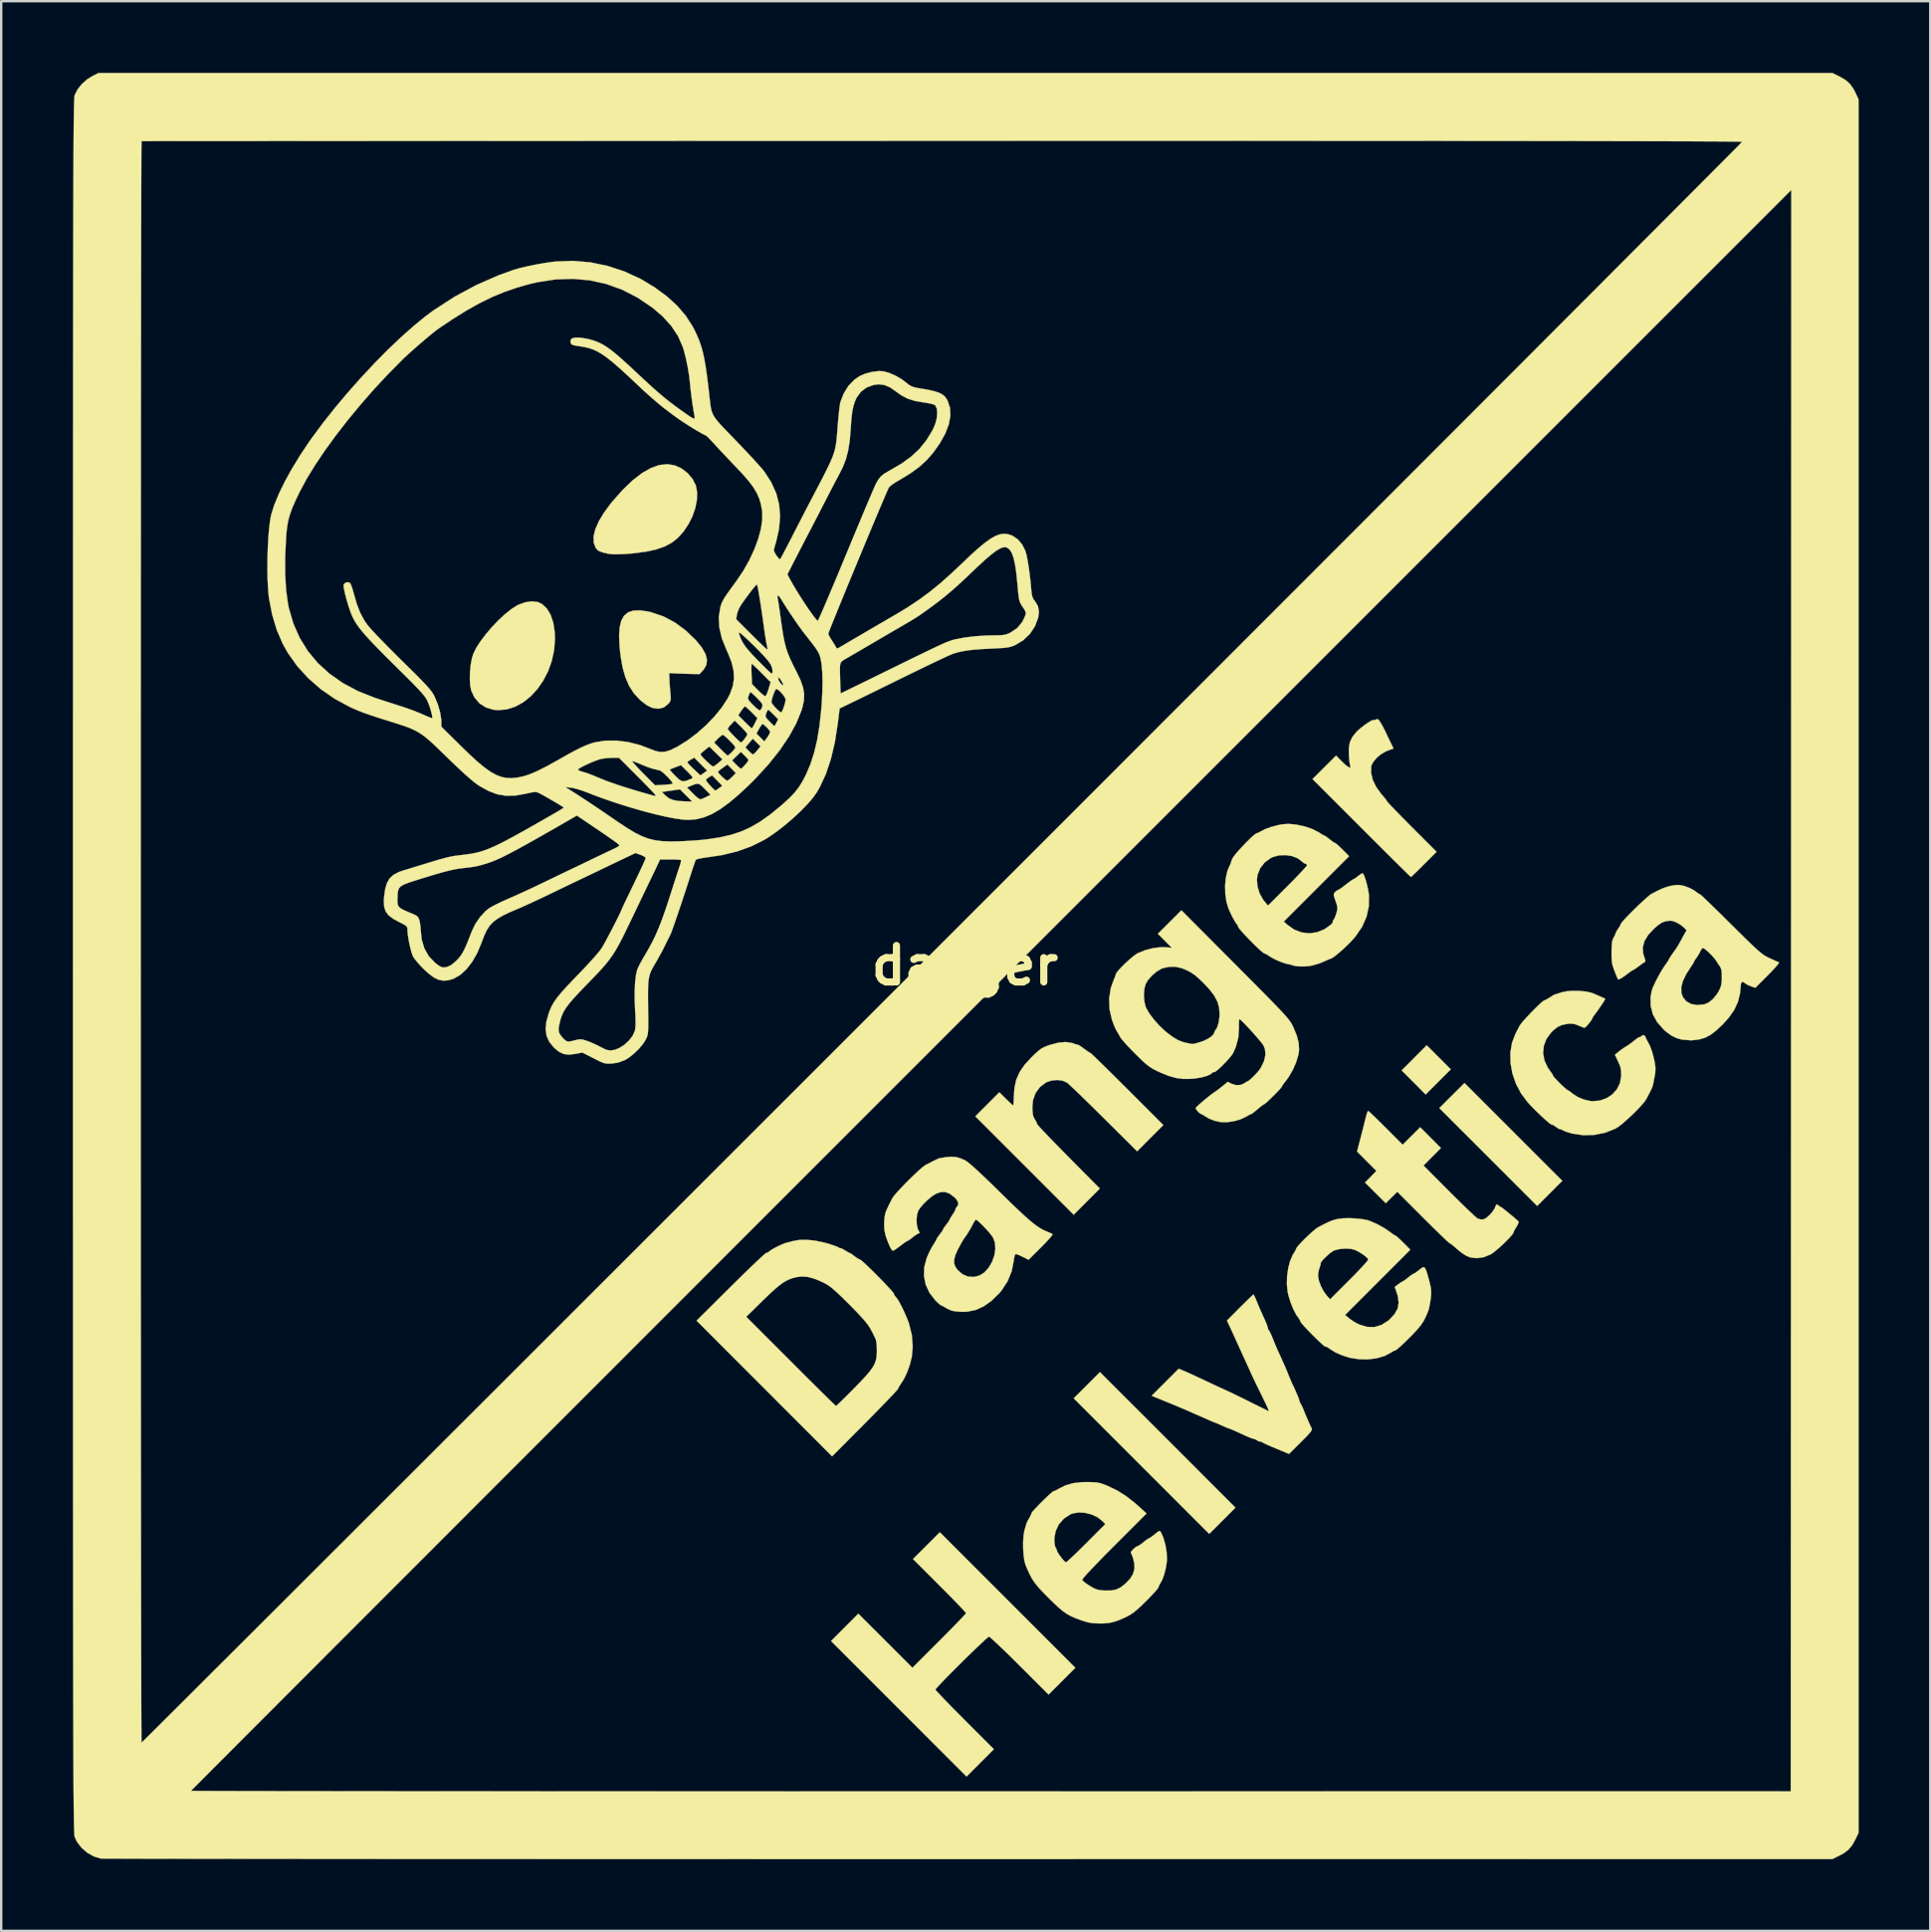
<source format=kicad_pcb>
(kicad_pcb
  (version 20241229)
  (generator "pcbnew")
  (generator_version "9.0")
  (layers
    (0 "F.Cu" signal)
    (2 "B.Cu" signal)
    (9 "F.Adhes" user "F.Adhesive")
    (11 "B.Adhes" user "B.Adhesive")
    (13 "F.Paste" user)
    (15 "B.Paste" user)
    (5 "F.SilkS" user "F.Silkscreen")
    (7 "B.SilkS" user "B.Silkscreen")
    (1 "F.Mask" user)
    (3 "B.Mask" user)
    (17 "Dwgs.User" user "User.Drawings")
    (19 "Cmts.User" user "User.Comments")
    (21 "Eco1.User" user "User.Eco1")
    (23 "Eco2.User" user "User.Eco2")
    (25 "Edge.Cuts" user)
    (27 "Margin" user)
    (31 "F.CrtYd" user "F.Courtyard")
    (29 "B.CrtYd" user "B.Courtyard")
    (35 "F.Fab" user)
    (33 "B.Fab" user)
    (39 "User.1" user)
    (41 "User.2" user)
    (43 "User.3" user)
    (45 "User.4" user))
  (footprint "danger"
    (layer "F.Cu")
    (at 37.35 37.373)
    (property "Reference" "danger" (at 0 0 0) (layer "F.SilkS") (effects (font (size 1.524 1.524) (thickness 0.3))))
    (attr through_hole)
    (fp_poly (pts (xy 8.49 19.862) (xy 11.327 22.7) (xy 10.228 23.798) (xy 7.391 20.961) (xy 4.554 18.123) (xy 5.652 17.025) (xy 8.49 19.862)) (stroke (width 0.01) (type solid)) (fill yes) (layer "F.SilkS"))
    (fp_poly (pts (xy 19.839 3.844) (xy 20.342 4.348) (xy 19.289 5.401) (xy 18.787 4.897) (xy 18.285 4.393) (xy 19.335 3.34) (xy 19.839 3.844)) (stroke (width 0.01) (type solid)) (fill yes) (layer "F.SilkS"))
    (fp_poly (pts (xy 22.963 6.968) (xy 25.011 9.016) (xy 23.958 10.068) (xy 21.91 8.02) (xy 19.862 5.971) (xy 20.389 5.446) (xy 20.916 4.921) (xy 22.963 6.968)) (stroke (width 0.01) (type solid)) (fill yes) (layer "F.SilkS"))
    (fp_poly (pts (xy -17.882 -15.216) (xy -17.708 -15.136) (xy -17.503 -14.944) (xy -17.344 -14.678) (xy -17.234 -14.346) (xy -17.174 -13.954) (xy -17.164 -13.684) (xy -17.199 -13.209) (xy -17.297 -12.753) (xy -17.451 -12.323) (xy -17.654 -11.927) (xy -17.9 -11.573) (xy -18.183 -11.267) (xy -18.495 -11.019) (xy -18.831 -10.835) (xy -19.183 -10.723) (xy -19.544 -10.69) (xy -19.748 -10.709) (xy -20.06 -10.804) (xy -20.323 -10.973) (xy -20.529 -11.211) (xy -20.668 -11.501) (xy -20.711 -11.712) (xy -20.729 -11.982) (xy -20.722 -12.283) (xy -20.692 -12.586) (xy -20.64 -12.864) (xy -20.589 -13.033) (xy -20.472 -13.28) (xy -20.292 -13.561) (xy -20.066 -13.861) (xy -19.808 -14.164) (xy -19.532 -14.453) (xy -19.253 -14.712) (xy -18.986 -14.926) (xy -18.746 -15.078) (xy -18.71 -15.096) (xy -18.411 -15.206) (xy -18.131 -15.246) (xy -17.882 -15.216)) (stroke (width 0.01) (type solid)) (fill yes) (layer "F.SilkS"))
    (fp_poly (pts (xy -12.16 -20.942) (xy -11.876 -20.817) (xy -11.619 -20.622) (xy -11.41 -20.379) (xy -11.269 -20.107) (xy -11.265 -20.096) (xy -11.213 -19.816) (xy -11.222 -19.492) (xy -11.291 -19.143) (xy -11.416 -18.789) (xy -11.579 -18.469) (xy -11.788 -18.16) (xy -12.015 -17.907) (xy -12.272 -17.703) (xy -12.572 -17.543) (xy -12.924 -17.419) (xy -13.342 -17.328) (xy -13.837 -17.261) (xy -13.906 -17.254) (xy -14.259 -17.226) (xy -14.561 -17.215) (xy -14.799 -17.221) (xy -14.943 -17.24) (xy -15.146 -17.289) (xy -15.281 -17.334) (xy -15.368 -17.383) (xy -15.431 -17.448) (xy -15.466 -17.5) (xy -15.544 -17.714) (xy -15.547 -17.97) (xy -15.474 -18.267) (xy -15.329 -18.598) (xy -15.112 -18.959) (xy -14.825 -19.347) (xy -14.753 -19.435) (xy -14.325 -19.917) (xy -13.916 -20.309) (xy -13.525 -20.612) (xy -13.153 -20.826) (xy -12.798 -20.952) (xy -12.461 -20.989) (xy -12.16 -20.942)) (stroke (width 0.01) (type solid)) (fill yes) (layer "F.SilkS"))
    (fp_poly (pts (xy -13.26 -14.818) (xy -13.124 -14.785) (xy -12.619 -14.613) (xy -12.141 -14.36) (xy -11.686 -14.023) (xy -11.253 -13.604) (xy -11.015 -13.312) (xy -10.864 -13.046) (xy -10.801 -12.805) (xy -10.824 -12.588) (xy -10.934 -12.394) (xy -10.956 -12.369) (xy -11.111 -12.2) (xy -11.494 -12.208) (xy -11.713 -12.214) (xy -11.934 -12.221) (xy -12.113 -12.228) (xy -12.128 -12.229) (xy -12.38 -12.242) (xy -12.374 -12.014) (xy -12.367 -11.848) (xy -12.352 -11.639) (xy -12.334 -11.437) (xy -12.318 -11.26) (xy -12.317 -11.145) (xy -12.337 -11.067) (xy -12.383 -10.998) (xy -12.431 -10.943) (xy -12.608 -10.804) (xy -12.817 -10.749) (xy -13.059 -10.778) (xy -13.104 -10.792) (xy -13.305 -10.889) (xy -13.536 -11.061) (xy -13.617 -11.133) (xy -13.859 -11.395) (xy -14.057 -11.701) (xy -14.214 -12.06) (xy -14.334 -12.482) (xy -14.419 -12.975) (xy -14.459 -13.351) (xy -14.479 -13.791) (xy -14.457 -14.15) (xy -14.388 -14.434) (xy -14.271 -14.645) (xy -14.103 -14.785) (xy -13.88 -14.859) (xy -13.6 -14.869) (xy -13.26 -14.818)) (stroke (width 0.01) (type solid)) (fill yes) (layer "F.SilkS"))
    (fp_poly (pts (xy 4.622 29.404) (xy 4.062 29.965) (xy 3.502 30.526) (xy 2.288 29.313) (xy 2.013 29.039) (xy 1.756 28.787) (xy 1.524 28.564) (xy 1.326 28.376) (xy 1.169 28.232) (xy 1.061 28.137) (xy 1.009 28.1) (xy 1.007 28.1) (xy 0.961 28.131) (xy 0.859 28.219) (xy 0.713 28.354) (xy 0.531 28.526) (xy 0.322 28.727) (xy 0.095 28.948) (xy -0.14 29.18) (xy -0.374 29.412) (xy -0.598 29.637) (xy -0.802 29.844) (xy -0.977 30.025) (xy -1.113 30.171) (xy -1.203 30.272) (xy -1.236 30.319) (xy -1.236 30.319) (xy -1.204 30.361) (xy -1.115 30.459) (xy -0.975 30.608) (xy -0.791 30.799) (xy -0.571 31.025) (xy -0.321 31.278) (xy -0.049 31.552) (xy -0.012 31.59) (xy 1.212 32.814) (xy 0.64 33.386) (xy 0.068 33.958) (xy -5.605 28.284) (xy -5.034 27.711) (xy -4.463 27.139) (xy -2.197 29.404) (xy -1.075 28.283) (xy -0.813 28.019) (xy -0.572 27.775) (xy -0.36 27.558) (xy -0.186 27.376) (xy -0.055 27.236) (xy 0.024 27.147) (xy 0.046 27.117) (xy 0.015 27.075) (xy -0.074 26.976) (xy -0.213 26.828) (xy -0.395 26.64) (xy -0.612 26.417) (xy -0.856 26.169) (xy -1.064 25.961) (xy -2.173 24.851) (xy -1.613 24.29) (xy -1.053 23.73) (xy 4.622 29.404)) (stroke (width 0.01) (type solid)) (fill yes) (layer "F.SilkS"))
    (fp_poly (pts (xy 17.325 -10.284) (xy 17.394 -10.186) (xy 17.402 -10.172) (xy 17.486 -10.025) (xy 17.576 -9.849) (xy 17.614 -9.771) (xy 17.701 -9.586) (xy 17.796 -9.389) (xy 17.83 -9.321) (xy 17.899 -9.18) (xy 17.931 -9.103) (xy 17.931 -9.069) (xy 17.903 -9.062) (xy 17.891 -9.062) (xy 17.826 -9.044) (xy 17.707 -8.997) (xy 17.601 -8.951) (xy 17.413 -8.839) (xy 17.239 -8.691) (xy 17.101 -8.529) (xy 17.02 -8.375) (xy 17.012 -8.342) (xy 17.004 -8.069) (xy 17.074 -7.775) (xy 17.218 -7.475) (xy 17.429 -7.184) (xy 17.458 -7.151) (xy 17.562 -7.03) (xy 17.637 -6.933) (xy 17.666 -6.881) (xy 17.697 -6.841) (xy 17.785 -6.744) (xy 17.923 -6.598) (xy 18.103 -6.412) (xy 18.318 -6.193) (xy 18.558 -5.95) (xy 18.706 -5.801) (xy 19.747 -4.76) (xy 19.222 -4.234) (xy 19.044 -4.057) (xy 18.889 -3.905) (xy 18.768 -3.79) (xy 18.693 -3.721) (xy 18.673 -3.707) (xy 18.637 -3.739) (xy 18.543 -3.829) (xy 18.394 -3.974) (xy 18.198 -4.167) (xy 17.959 -4.403) (xy 17.683 -4.677) (xy 17.375 -4.983) (xy 17.042 -5.315) (xy 16.688 -5.669) (xy 16.601 -5.756) (xy 14.553 -7.804) (xy 15.54 -8.788) (xy 15.789 -8.536) (xy 15.934 -8.399) (xy 16.048 -8.313) (xy 16.122 -8.281) (xy 16.147 -8.309) (xy 16.131 -8.364) (xy 16.113 -8.446) (xy 16.094 -8.591) (xy 16.078 -8.772) (xy 16.075 -8.817) (xy 16.074 -9.114) (xy 16.119 -9.354) (xy 16.218 -9.562) (xy 16.381 -9.765) (xy 16.445 -9.83) (xy 16.563 -9.935) (xy 16.702 -10.044) (xy 16.845 -10.144) (xy 16.973 -10.225) (xy 17.068 -10.274) (xy 17.115 -10.28) (xy 17.116 -10.274) (xy 17.15 -10.272) (xy 17.207 -10.297) (xy 17.27 -10.316) (xy 17.325 -10.284)) (stroke (width 0.01) (type solid)) (fill yes) (layer "F.SilkS"))
    (fp_poly (pts (xy 4.484 3.244) (xy 4.551 3.268) (xy 4.657 3.306) (xy 4.719 3.318) (xy 4.723 3.316) (xy 4.766 3.333) (xy 4.859 3.393) (xy 4.98 3.48) (xy 5.107 3.573) (xy 5.206 3.638) (xy 5.253 3.661) (xy 5.291 3.693) (xy 5.387 3.783) (xy 5.535 3.925) (xy 5.728 4.112) (xy 5.959 4.34) (xy 6.222 4.6) (xy 6.511 4.887) (xy 6.796 5.171) (xy 8.306 6.681) (xy 7.21 7.78) (xy 5.813 6.391) (xy 5.513 6.094) (xy 5.228 5.813) (xy 4.966 5.558) (xy 4.734 5.333) (xy 4.54 5.148) (xy 4.391 5.009) (xy 4.296 4.923) (xy 4.269 4.902) (xy 4.084 4.823) (xy 3.856 4.795) (xy 3.618 4.818) (xy 3.405 4.892) (xy 3.39 4.901) (xy 3.141 5.09) (xy 2.96 5.337) (xy 2.852 5.627) (xy 2.823 5.927) (xy 2.831 6.12) (xy 2.846 6.25) (xy 2.873 6.345) (xy 2.919 6.432) (xy 2.942 6.467) (xy 2.998 6.568) (xy 3.021 6.638) (xy 3.052 6.681) (xy 3.141 6.781) (xy 3.281 6.932) (xy 3.466 7.126) (xy 3.688 7.356) (xy 3.941 7.615) (xy 4.218 7.897) (xy 4.334 8.015) (xy 5.648 9.34) (xy 4.553 10.435) (xy 2.495 8.375) (xy 0.436 6.316) (xy 0.938 5.813) (xy 1.44 5.309) (xy 1.716 5.584) (xy 1.845 5.708) (xy 1.948 5.803) (xy 2.009 5.854) (xy 2.018 5.858) (xy 2.03 5.816) (xy 2.04 5.704) (xy 2.047 5.544) (xy 2.048 5.497) (xy 2.076 5.11) (xy 2.153 4.773) (xy 2.289 4.465) (xy 2.492 4.167) (xy 2.772 3.859) (xy 2.787 3.844) (xy 2.963 3.673) (xy 3.098 3.554) (xy 3.216 3.47) (xy 3.339 3.407) (xy 3.49 3.348) (xy 3.547 3.328) (xy 3.902 3.234) (xy 4.217 3.205) (xy 4.484 3.244)) (stroke (width 0.01) (type solid)) (fill yes) (layer "F.SilkS"))
    (fp_poly (pts (xy 16.92 6.118) (xy 17.015 6.205) (xy 17.155 6.338) (xy 17.329 6.508) (xy 17.53 6.706) (xy 17.62 6.796) (xy 18.328 7.505) (xy 18.695 7.139) (xy 19.063 6.773) (xy 19.496 7.208) (xy 19.929 7.643) (xy 19.565 8.009) (xy 19.2 8.376) (xy 20.275 9.454) (xy 20.537 9.715) (xy 20.783 9.957) (xy 21.004 10.172) (xy 21.192 10.351) (xy 21.338 10.487) (xy 21.434 10.571) (xy 21.465 10.594) (xy 21.597 10.632) (xy 21.705 10.631) (xy 21.819 10.576) (xy 21.951 10.465) (xy 22.078 10.323) (xy 22.176 10.175) (xy 22.206 10.107) (xy 22.243 10.019) (xy 22.281 10.005) (xy 22.331 10.043) (xy 22.406 10.099) (xy 22.443 10.114) (xy 22.487 10.142) (xy 22.583 10.215) (xy 22.713 10.319) (xy 22.861 10.441) (xy 23.008 10.565) (xy 23.138 10.679) (xy 23.176 10.713) (xy 23.178 10.772) (xy 23.131 10.879) (xy 23.096 10.935) (xy 23.024 11.053) (xy 22.981 11.142) (xy 22.974 11.167) (xy 22.942 11.232) (xy 22.853 11.34) (xy 22.725 11.479) (xy 22.57 11.632) (xy 22.405 11.785) (xy 22.245 11.925) (xy 22.104 12.036) (xy 22.007 12.1) (xy 21.72 12.214) (xy 21.429 12.255) (xy 21.157 12.222) (xy 21.014 12.167) (xy 20.875 12.083) (xy 20.71 11.962) (xy 20.573 11.846) (xy 20.448 11.737) (xy 20.348 11.658) (xy 20.292 11.625) (xy 20.29 11.625) (xy 20.25 11.593) (xy 20.152 11.505) (xy 20.006 11.366) (xy 19.819 11.185) (xy 19.599 10.97) (xy 19.354 10.727) (xy 19.176 10.55) (xy 18.102 9.475) (xy 17.861 9.713) (xy 17.619 9.952) (xy 17.185 9.519) (xy 16.751 9.087) (xy 16.99 8.845) (xy 17.228 8.603) (xy 16.418 7.789) (xy 16.565 7.224) (xy 16.629 6.976) (xy 16.692 6.73) (xy 16.746 6.516) (xy 16.781 6.373) (xy 16.82 6.226) (xy 16.857 6.123) (xy 16.88 6.087) (xy 16.92 6.118)) (stroke (width 0.01) (type solid)) (fill yes) (layer "F.SilkS"))
    (fp_poly (pts (xy -6.275 11.521) (xy -5.918 11.594) (xy -5.815 11.622) (xy -5.615 11.682) (xy -5.445 11.74) (xy -5.325 11.787) (xy -5.283 11.81) (xy -5.229 11.842) (xy -5.217 11.835) (xy -5.183 11.84) (xy -5.096 11.885) (xy -5.035 11.921) (xy -4.922 11.989) (xy -4.842 12.031) (xy -4.824 12.036) (xy -4.775 12.062) (xy -4.681 12.129) (xy -4.622 12.174) (xy -4.51 12.255) (xy -4.422 12.304) (xy -4.396 12.311) (xy -4.346 12.342) (xy -4.245 12.429) (xy -4.105 12.559) (xy -3.938 12.72) (xy -3.754 12.901) (xy -3.567 13.09) (xy -3.387 13.275) (xy -3.226 13.445) (xy -3.096 13.587) (xy -3.008 13.69) (xy -2.975 13.743) (xy -2.975 13.743) (xy -2.943 13.821) (xy -2.887 13.886) (xy -2.82 13.973) (xy -2.731 14.124) (xy -2.629 14.32) (xy -2.525 14.539) (xy -2.428 14.762) (xy -2.35 14.967) (xy -2.343 14.988) (xy -2.223 15.469) (xy -2.186 15.954) (xy -2.223 16.374) (xy -2.299 16.692) (xy -2.41 17.01) (xy -2.544 17.298) (xy -2.678 17.511) (xy -2.75 17.617) (xy -2.789 17.699) (xy -2.792 17.713) (xy -2.823 17.756) (xy -2.912 17.856) (xy -3.053 18.007) (xy -3.239 18.202) (xy -3.463 18.434) (xy -3.719 18.696) (xy -4 18.981) (xy -4.176 19.159) (xy -5.561 20.552) (xy -8.398 17.711) (xy -11.235 14.871) (xy -11.073 14.709) (xy -9.157 14.709) (xy -7.29 16.576) (xy -6.949 16.918) (xy -6.627 17.239) (xy -6.329 17.534) (xy -6.063 17.798) (xy -5.833 18.024) (xy -5.646 18.207) (xy -5.507 18.342) (xy -5.423 18.422) (xy -5.398 18.444) (xy -5.359 18.412) (xy -5.266 18.325) (xy -5.129 18.191) (xy -4.955 18.02) (xy -4.756 17.82) (xy -4.66 17.723) (xy -4.377 17.433) (xy -4.155 17.195) (xy -3.985 16.995) (xy -3.861 16.824) (xy -3.777 16.668) (xy -3.724 16.518) (xy -3.696 16.36) (xy -3.687 16.184) (xy -3.686 16.11) (xy -3.697 15.857) (xy -3.725 15.678) (xy -3.753 15.606) (xy -3.801 15.516) (xy -3.82 15.469) (xy -3.843 15.42) (xy -3.898 15.315) (xy -3.976 15.176) (xy -3.978 15.171) (xy -4.084 15.015) (xy -4.253 14.81) (xy -4.489 14.553) (xy -4.793 14.241) (xy -4.87 14.164) (xy -5.121 13.917) (xy -5.32 13.725) (xy -5.481 13.579) (xy -5.614 13.469) (xy -5.733 13.385) (xy -5.849 13.316) (xy -5.95 13.265) (xy -6.281 13.122) (xy -6.568 13.042) (xy -6.829 13.022) (xy -7.045 13.047) (xy -7.222 13.092) (xy -7.386 13.153) (xy -7.549 13.239) (xy -7.724 13.359) (xy -7.922 13.521) (xy -8.156 13.733) (xy -8.438 14.005) (xy -8.457 14.023) (xy -9.157 14.709) (xy -11.073 14.709) (xy -9.81 13.454) (xy -9.51 13.157) (xy -9.229 12.882) (xy -8.974 12.635) (xy -8.75 12.421) (xy -8.565 12.248) (xy -8.427 12.123) (xy -8.341 12.051) (xy -8.317 12.036) (xy -8.23 12.004) (xy -8.198 11.975) (xy -8.125 11.918) (xy -7.994 11.841) (xy -7.833 11.757) (xy -7.668 11.681) (xy -7.528 11.625) (xy -7.46 11.605) (xy -7.335 11.577) (xy -7.191 11.537) (xy -7.186 11.536) (xy -6.932 11.491) (xy -6.621 11.487) (xy -6.275 11.521)) (stroke (width 0.01) (type solid)) (fill yes) (layer "F.SilkS"))
    (fp_poly (pts (xy 12.108 13.816) (xy 12.158 13.92) (xy 12.221 14.069) (xy 12.237 14.108) (xy 12.329 14.329) (xy 12.436 14.575) (xy 12.523 14.764) (xy 12.596 14.928) (xy 12.651 15.066) (xy 12.676 15.153) (xy 12.677 15.162) (xy 12.699 15.241) (xy 12.717 15.26) (xy 12.751 15.311) (xy 12.808 15.427) (xy 12.877 15.586) (xy 12.907 15.663) (xy 12.986 15.857) (xy 13.062 16.038) (xy 13.123 16.174) (xy 13.136 16.201) (xy 13.205 16.349) (xy 13.268 16.491) (xy 13.271 16.499) (xy 13.325 16.622) (xy 13.37 16.716) (xy 13.405 16.795) (xy 13.463 16.933) (xy 13.532 17.104) (xy 13.55 17.148) (xy 13.622 17.325) (xy 13.688 17.478) (xy 13.735 17.58) (xy 13.742 17.594) (xy 13.786 17.676) (xy 13.8 17.711) (xy 13.821 17.763) (xy 13.867 17.87) (xy 13.905 17.955) (xy 13.961 18.091) (xy 13.997 18.197) (xy 14.004 18.232) (xy 14.034 18.315) (xy 14.047 18.331) (xy 14.086 18.396) (xy 14.143 18.516) (xy 14.181 18.61) (xy 14.266 18.82) (xy 14.357 19.034) (xy 14.442 19.224) (xy 14.508 19.362) (xy 14.516 19.377) (xy 14.526 19.419) (xy 14.509 19.473) (xy 14.455 19.549) (xy 14.358 19.66) (xy 14.208 19.815) (xy 14.066 19.957) (xy 13.57 20.45) (xy 13.024 20.224) (xy 12.813 20.135) (xy 12.63 20.054) (xy 12.494 19.99) (xy 12.421 19.95) (xy 12.418 19.948) (xy 12.367 19.921) (xy 12.357 19.931) (xy 12.324 19.933) (xy 12.246 19.892) (xy 12.244 19.89) (xy 12.146 19.837) (xy 12.081 19.817) (xy 12.014 19.799) (xy 11.895 19.753) (xy 11.793 19.708) (xy 11.53 19.589) (xy 11.339 19.502) (xy 11.206 19.444) (xy 11.121 19.408) (xy 11.072 19.389) (xy 11.052 19.384) (xy 10.989 19.361) (xy 10.87 19.311) (xy 10.738 19.252) (xy 10.597 19.189) (xy 10.492 19.145) (xy 10.449 19.13) (xy 10.4 19.113) (xy 10.293 19.067) (xy 10.169 19.012) (xy 10.014 18.943) (xy 9.883 18.885) (xy 9.817 18.857) (xy 9.73 18.82) (xy 9.59 18.758) (xy 9.428 18.685) (xy 9.276 18.619) (xy 9.064 18.529) (xy 8.817 18.425) (xy 8.558 18.318) (xy 8.475 18.284) (xy 7.819 18.016) (xy 8.951 16.884) (xy 9.132 16.958) (xy 9.199 16.986) (xy 9.27 17.016) (xy 9.356 17.055) (xy 9.47 17.107) (xy 9.622 17.177) (xy 9.825 17.272) (xy 10.091 17.397) (xy 10.32 17.505) (xy 10.532 17.604) (xy 10.736 17.698) (xy 10.905 17.776) (xy 10.984 17.811) (xy 11.092 17.861) (xy 11.264 17.944) (xy 11.483 18.05) (xy 11.729 18.171) (xy 11.94 18.276) (xy 12.181 18.396) (xy 12.394 18.501) (xy 12.565 18.585) (xy 12.68 18.642) (xy 12.726 18.664) (xy 12.719 18.63) (xy 12.676 18.527) (xy 12.604 18.369) (xy 12.508 18.169) (xy 12.426 18) (xy 12.304 17.752) (xy 12.188 17.515) (xy 12.089 17.307) (xy 12.015 17.15) (xy 11.989 17.094) (xy 11.905 16.907) (xy 11.814 16.706) (xy 11.782 16.636) (xy 11.628 16.301) (xy 11.493 16.005) (xy 11.382 15.762) (xy 11.301 15.583) (xy 11.271 15.515) (xy 11.21 15.38) (xy 11.131 15.21) (xy 11.085 15.111) (xy 10.97 14.867) (xy 11.514 14.321) (xy 11.695 14.141) (xy 11.853 13.986) (xy 11.978 13.867) (xy 12.058 13.794) (xy 12.081 13.776) (xy 12.108 13.816)) (stroke (width 0.01) (type solid)) (fill yes) (layer "F.SilkS"))
    (fp_poly (pts (xy 5.356 21.634) (xy 5.527 21.648) (xy 5.671 21.677) (xy 5.821 21.726) (xy 5.972 21.787) (xy 6.366 21.976) (xy 6.738 22.209) (xy 7.115 22.503) (xy 7.255 22.627) (xy 7.605 22.943) (xy 6.245 24.304) (xy 5.891 24.659) (xy 5.588 24.969) (xy 5.336 25.231) (xy 5.14 25.441) (xy 5.002 25.596) (xy 4.924 25.694) (xy 4.908 25.729) (xy 4.957 25.783) (xy 5.063 25.866) (xy 5.205 25.961) (xy 5.224 25.973) (xy 5.395 26.072) (xy 5.535 26.129) (xy 5.686 26.159) (xy 5.843 26.171) (xy 6.115 26.17) (xy 6.33 26.128) (xy 6.52 26.037) (xy 6.698 25.9) (xy 6.907 25.687) (xy 7.037 25.483) (xy 7.095 25.273) (xy 7.1 25.212) (xy 7.088 25.033) (xy 7.047 24.838) (xy 6.987 24.668) (xy 6.946 24.594) (xy 6.959 24.543) (xy 7.023 24.465) (xy 7.111 24.383) (xy 7.2 24.321) (xy 7.255 24.302) (xy 7.304 24.275) (xy 7.398 24.206) (xy 7.48 24.141) (xy 7.593 24.053) (xy 7.679 23.995) (xy 7.709 23.981) (xy 7.759 23.954) (xy 7.856 23.885) (xy 7.949 23.812) (xy 8.065 23.719) (xy 8.133 23.679) (xy 8.174 23.686) (xy 8.207 23.732) (xy 8.31 23.963) (xy 8.391 24.249) (xy 8.443 24.554) (xy 8.459 24.845) (xy 8.453 24.955) (xy 8.413 25.22) (xy 8.347 25.483) (xy 8.265 25.712) (xy 8.184 25.865) (xy 8.125 25.966) (xy 8.101 26.041) (xy 8.101 26.042) (xy 8.07 26.091) (xy 7.984 26.193) (xy 7.855 26.334) (xy 7.694 26.501) (xy 7.586 26.611) (xy 7.369 26.823) (xy 7.195 26.982) (xy 7.048 27.1) (xy 6.91 27.191) (xy 6.763 27.27) (xy 6.728 27.287) (xy 6.459 27.406) (xy 6.236 27.484) (xy 6.024 27.529) (xy 5.792 27.547) (xy 5.624 27.549) (xy 5.367 27.538) (xy 5.145 27.501) (xy 4.902 27.428) (xy 4.874 27.418) (xy 4.638 27.331) (xy 4.441 27.244) (xy 4.267 27.148) (xy 4.097 27.029) (xy 3.915 26.876) (xy 3.702 26.676) (xy 3.499 26.476) (xy 3.26 26.233) (xy 3.075 26.033) (xy 2.931 25.855) (xy 2.814 25.682) (xy 2.712 25.494) (xy 2.61 25.271) (xy 2.539 25.103) (xy 2.491 24.928) (xy 2.458 24.691) (xy 2.439 24.42) (xy 2.437 24.143) (xy 2.443 24.043) (xy 3.743 24.043) (xy 3.752 24.197) (xy 3.773 24.315) (xy 3.794 24.361) (xy 3.84 24.447) (xy 3.844 24.477) (xy 3.871 24.549) (xy 3.938 24.658) (xy 4.027 24.781) (xy 4.12 24.893) (xy 4.196 24.969) (xy 4.232 24.988) (xy 4.276 24.957) (xy 4.376 24.869) (xy 4.52 24.734) (xy 4.702 24.561) (xy 4.91 24.357) (xy 5.078 24.189) (xy 5.877 23.389) (xy 5.769 23.275) (xy 5.559 23.106) (xy 5.3 22.985) (xy 5.018 22.914) (xy 4.738 22.902) (xy 4.485 22.951) (xy 4.415 22.981) (xy 4.143 23.16) (xy 3.935 23.397) (xy 3.799 23.678) (xy 3.743 23.99) (xy 3.743 24.043) (xy 2.443 24.043) (xy 2.452 23.889) (xy 2.485 23.685) (xy 2.492 23.661) (xy 2.534 23.515) (xy 2.565 23.403) (xy 2.577 23.362) (xy 2.606 23.295) (xy 2.665 23.186) (xy 2.69 23.142) (xy 2.753 23.026) (xy 2.788 22.941) (xy 2.792 22.924) (xy 2.823 22.875) (xy 2.906 22.779) (xy 3.028 22.65) (xy 3.171 22.503) (xy 3.323 22.353) (xy 3.468 22.214) (xy 3.591 22.102) (xy 3.677 22.031) (xy 3.709 22.013) (xy 3.773 21.991) (xy 3.881 21.936) (xy 3.925 21.909) (xy 4.216 21.765) (xy 4.534 21.674) (xy 4.9 21.633) (xy 5.126 21.629) (xy 5.356 21.634)) (stroke (width 0.01) (type solid)) (fill yes) (layer "F.SilkS"))
    (fp_poly (pts (xy 16.355 10.591) (xy 16.622 10.619) (xy 16.846 10.66) (xy 16.933 10.687) (xy 17.261 10.829) (xy 17.576 11.005) (xy 17.788 11.153) (xy 17.902 11.238) (xy 17.989 11.293) (xy 18.018 11.304) (xy 18.065 11.335) (xy 18.16 11.416) (xy 18.285 11.535) (xy 18.353 11.602) (xy 18.648 11.9) (xy 17.283 13.266) (xy 15.917 14.632) (xy 16.093 14.78) (xy 16.241 14.885) (xy 16.422 14.989) (xy 16.521 15.036) (xy 16.841 15.132) (xy 17.147 15.137) (xy 17.439 15.051) (xy 17.717 14.875) (xy 17.771 14.829) (xy 17.987 14.599) (xy 18.115 14.367) (xy 18.16 14.119) (xy 18.124 13.845) (xy 18.082 13.708) (xy 17.994 13.46) (xy 18.147 13.343) (xy 18.249 13.271) (xy 18.318 13.23) (xy 18.33 13.226) (xy 18.379 13.2) (xy 18.474 13.131) (xy 18.555 13.066) (xy 18.669 12.978) (xy 18.756 12.919) (xy 18.787 12.906) (xy 18.84 12.879) (xy 18.937 12.81) (xy 19.018 12.747) (xy 19.122 12.666) (xy 19.196 12.631) (xy 19.251 12.652) (xy 19.3 12.738) (xy 19.353 12.897) (xy 19.395 13.043) (xy 19.46 13.283) (xy 19.502 13.472) (xy 19.521 13.638) (xy 19.519 13.806) (xy 19.495 14.002) (xy 19.451 14.251) (xy 19.429 14.363) (xy 19.399 14.457) (xy 19.341 14.602) (xy 19.266 14.767) (xy 19.262 14.775) (xy 19.184 14.921) (xy 19.084 15.067) (xy 18.95 15.229) (xy 18.769 15.424) (xy 18.601 15.595) (xy 18.422 15.77) (xy 18.264 15.92) (xy 18.137 16.033) (xy 18.055 16.098) (xy 18.031 16.11) (xy 17.96 16.134) (xy 17.858 16.195) (xy 17.846 16.203) (xy 17.579 16.345) (xy 17.253 16.442) (xy 16.892 16.491) (xy 16.519 16.488) (xy 16.156 16.433) (xy 16.058 16.407) (xy 15.753 16.307) (xy 15.511 16.199) (xy 15.3 16.069) (xy 15.257 16.037) (xy 15.161 15.975) (xy 15.097 15.953) (xy 15.089 15.956) (xy 15.049 15.935) (xy 14.96 15.861) (xy 14.835 15.745) (xy 14.688 15.603) (xy 14.53 15.446) (xy 14.375 15.288) (xy 14.238 15.142) (xy 14.129 15.022) (xy 14.064 14.94) (xy 14.05 14.913) (xy 14.022 14.836) (xy 13.986 14.786) (xy 13.867 14.618) (xy 13.748 14.386) (xy 13.639 14.119) (xy 13.553 13.844) (xy 13.511 13.661) (xy 13.48 13.346) (xy 13.489 13.008) (xy 13.493 12.98) (xy 14.784 12.98) (xy 14.784 12.985) (xy 14.815 13.179) (xy 14.895 13.405) (xy 15.01 13.627) (xy 15.143 13.813) (xy 15.144 13.815) (xy 15.289 13.977) (xy 16.088 13.179) (xy 16.309 12.956) (xy 16.506 12.751) (xy 16.671 12.574) (xy 16.795 12.435) (xy 16.869 12.343) (xy 16.886 12.311) (xy 16.848 12.25) (xy 16.75 12.163) (xy 16.614 12.066) (xy 16.461 11.973) (xy 16.325 11.907) (xy 16.146 11.864) (xy 15.921 11.853) (xy 15.689 11.873) (xy 15.488 11.922) (xy 15.437 11.943) (xy 15.337 12.006) (xy 15.217 12.103) (xy 15.095 12.216) (xy 14.988 12.327) (xy 14.914 12.42) (xy 14.889 12.476) (xy 14.892 12.482) (xy 14.889 12.533) (xy 14.857 12.632) (xy 14.847 12.656) (xy 14.802 12.814) (xy 14.784 12.98) (xy 13.493 12.98) (xy 13.536 12.674) (xy 13.616 12.368) (xy 13.725 12.116) (xy 13.774 12.039) (xy 13.837 11.937) (xy 13.867 11.863) (xy 13.867 11.858) (xy 13.899 11.801) (xy 13.985 11.698) (xy 14.109 11.565) (xy 14.257 11.416) (xy 14.414 11.267) (xy 14.563 11.131) (xy 14.691 11.025) (xy 14.781 10.963) (xy 14.782 10.962) (xy 15.022 10.838) (xy 15.202 10.75) (xy 15.343 10.69) (xy 15.465 10.649) (xy 15.588 10.618) (xy 15.606 10.614) (xy 15.816 10.587) (xy 16.076 10.58) (xy 16.355 10.591)) (stroke (width 0.01) (type solid)) (fill yes) (layer "F.SilkS"))
    (fp_poly (pts (xy 25.734 1.065) (xy 26.004 1.092) (xy 26.229 1.142) (xy 26.292 1.165) (xy 26.456 1.235) (xy 26.611 1.303) (xy 26.735 1.359) (xy 26.803 1.392) (xy 26.809 1.396) (xy 26.792 1.436) (xy 26.735 1.53) (xy 26.651 1.658) (xy 26.554 1.8) (xy 26.457 1.937) (xy 26.374 2.047) (xy 26.364 2.059) (xy 26.299 2.15) (xy 26.271 2.21) (xy 26.271 2.211) (xy 26.242 2.27) (xy 26.174 2.366) (xy 26.087 2.472) (xy 26.004 2.561) (xy 25.946 2.607) (xy 25.939 2.609) (xy 25.877 2.591) (xy 25.763 2.546) (xy 25.686 2.512) (xy 25.508 2.448) (xy 25.336 2.434) (xy 25.239 2.443) (xy 25.004 2.489) (xy 24.812 2.576) (xy 24.629 2.721) (xy 24.549 2.801) (xy 24.35 3.069) (xy 24.237 3.362) (xy 24.208 3.669) (xy 24.264 3.979) (xy 24.406 4.281) (xy 24.491 4.402) (xy 24.569 4.51) (xy 24.616 4.59) (xy 24.622 4.61) (xy 24.653 4.658) (xy 24.733 4.75) (xy 24.844 4.867) (xy 24.968 4.99) (xy 25.087 5.102) (xy 25.181 5.184) (xy 25.233 5.217) (xy 25.234 5.217) (xy 25.287 5.245) (xy 25.383 5.315) (xy 25.451 5.372) (xy 25.659 5.507) (xy 25.917 5.613) (xy 26.184 5.674) (xy 26.27 5.682) (xy 26.579 5.657) (xy 26.862 5.559) (xy 27.106 5.398) (xy 27.297 5.184) (xy 27.425 4.928) (xy 27.476 4.642) (xy 27.477 4.622) (xy 27.474 4.441) (xy 27.456 4.301) (xy 27.413 4.165) (xy 27.336 3.993) (xy 27.322 3.964) (xy 27.215 3.74) (xy 27.371 3.608) (xy 27.505 3.505) (xy 27.638 3.417) (xy 27.665 3.402) (xy 27.777 3.331) (xy 27.92 3.227) (xy 28.02 3.147) (xy 28.132 3.059) (xy 28.211 3.006) (xy 28.237 3) (xy 28.265 3.001) (xy 28.32 2.96) (xy 28.397 2.912) (xy 28.456 2.937) (xy 28.458 2.939) (xy 28.506 3.009) (xy 28.512 3.034) (xy 28.536 3.098) (xy 28.592 3.194) (xy 28.594 3.197) (xy 28.684 3.37) (xy 28.771 3.612) (xy 28.848 3.898) (xy 28.882 4.062) (xy 28.911 4.286) (xy 28.903 4.49) (xy 28.879 4.634) (xy 28.847 4.799) (xy 28.82 4.937) (xy 28.806 5.007) (xy 28.774 5.104) (xy 28.717 5.231) (xy 28.703 5.259) (xy 28.622 5.416) (xy 28.54 5.574) (xy 28.535 5.583) (xy 28.454 5.703) (xy 28.317 5.865) (xy 28.14 6.052) (xy 27.941 6.25) (xy 27.735 6.442) (xy 27.538 6.614) (xy 27.366 6.749) (xy 27.238 6.831) (xy 26.812 7) (xy 26.355 7.093) (xy 25.89 7.107) (xy 25.438 7.04) (xy 25.427 7.037) (xy 25.263 6.991) (xy 25.132 6.946) (xy 25.063 6.912) (xy 25.061 6.91) (xy 24.976 6.868) (xy 24.949 6.865) (xy 24.872 6.839) (xy 24.764 6.774) (xy 24.735 6.752) (xy 24.638 6.687) (xy 24.575 6.659) (xy 24.566 6.661) (xy 24.524 6.643) (xy 24.431 6.571) (xy 24.301 6.457) (xy 24.145 6.315) (xy 23.977 6.155) (xy 23.81 5.99) (xy 23.658 5.833) (xy 23.565 5.732) (xy 23.285 5.359) (xy 23.07 4.951) (xy 22.922 4.521) (xy 22.844 4.084) (xy 22.837 3.652) (xy 22.905 3.238) (xy 23.05 2.857) (xy 23.059 2.839) (xy 23.142 2.682) (xy 23.225 2.524) (xy 23.228 2.517) (xy 23.285 2.436) (xy 23.389 2.313) (xy 23.524 2.162) (xy 23.679 1.998) (xy 23.839 1.834) (xy 23.99 1.685) (xy 24.119 1.564) (xy 24.212 1.487) (xy 24.252 1.465) (xy 24.312 1.441) (xy 24.417 1.382) (xy 24.486 1.339) (xy 24.602 1.266) (xy 24.685 1.219) (xy 24.707 1.211) (xy 24.763 1.196) (xy 24.878 1.16) (xy 24.983 1.125) (xy 25.191 1.08) (xy 25.452 1.06) (xy 25.734 1.065)) (stroke (width 0.01) (type solid)) (fill yes) (layer "F.SilkS"))
    (fp_poly (pts (xy 13.876 -5.898) (xy 14.219 -5.824) (xy 14.544 -5.713) (xy 14.822 -5.572) (xy 14.881 -5.533) (xy 14.974 -5.473) (xy 15.035 -5.446) (xy 15.036 -5.446) (xy 15.088 -5.419) (xy 15.185 -5.35) (xy 15.266 -5.286) (xy 15.381 -5.197) (xy 15.469 -5.139) (xy 15.501 -5.126) (xy 15.549 -5.095) (xy 15.643 -5.014) (xy 15.766 -4.897) (xy 15.813 -4.851) (xy 16.085 -4.575) (xy 14.718 -3.208) (xy 13.351 -1.84) (xy 13.506 -1.7) (xy 13.788 -1.501) (xy 14.098 -1.383) (xy 14.422 -1.347) (xy 14.747 -1.393) (xy 15.059 -1.52) (xy 15.331 -1.716) (xy 15.391 -1.784) (xy 15.4 -1.823) (xy 15.407 -1.871) (xy 15.439 -1.918) (xy 15.487 -2.005) (xy 15.539 -2.14) (xy 15.559 -2.208) (xy 15.589 -2.339) (xy 15.592 -2.445) (xy 15.564 -2.567) (xy 15.517 -2.704) (xy 15.464 -2.856) (xy 15.442 -2.949) (xy 15.45 -3.008) (xy 15.486 -3.06) (xy 15.495 -3.07) (xy 15.571 -3.137) (xy 15.618 -3.158) (xy 15.672 -3.185) (xy 15.777 -3.256) (xy 15.912 -3.357) (xy 15.949 -3.387) (xy 16.088 -3.494) (xy 16.201 -3.575) (xy 16.269 -3.615) (xy 16.276 -3.617) (xy 16.332 -3.646) (xy 16.427 -3.716) (xy 16.474 -3.754) (xy 16.574 -3.828) (xy 16.646 -3.859) (xy 16.663 -3.856) (xy 16.713 -3.765) (xy 16.77 -3.609) (xy 16.826 -3.413) (xy 16.874 -3.202) (xy 16.908 -3.002) (xy 16.916 -2.926) (xy 16.91 -2.475) (xy 16.815 -2.04) (xy 16.631 -1.622) (xy 16.356 -1.22) (xy 16.209 -1.05) (xy 16.064 -0.901) (xy 15.898 -0.743) (xy 15.729 -0.59) (xy 15.571 -0.456) (xy 15.44 -0.354) (xy 15.353 -0.299) (xy 15.335 -0.294) (xy 15.282 -0.274) (xy 15.173 -0.228) (xy 15.08 -0.187) (xy 14.939 -0.126) (xy 14.825 -0.081) (xy 14.782 -0.067) (xy 14.693 -0.043) (xy 14.568 -0.007) (xy 14.554 -0.003) (xy 14.402 0.026) (xy 14.209 0.04) (xy 14.009 0.039) (xy 13.838 0.023) (xy 13.747 0.001) (xy 13.627 -0.036) (xy 13.517 -0.059) (xy 13.351 -0.103) (xy 13.147 -0.181) (xy 12.941 -0.276) (xy 12.77 -0.374) (xy 12.737 -0.396) (xy 12.63 -0.465) (xy 12.549 -0.502) (xy 12.537 -0.503) (xy 12.484 -0.535) (xy 12.382 -0.621) (xy 12.247 -0.747) (xy 12.089 -0.9) (xy 11.924 -1.067) (xy 11.764 -1.233) (xy 11.623 -1.385) (xy 11.515 -1.509) (xy 11.452 -1.593) (xy 11.441 -1.617) (xy 11.409 -1.701) (xy 11.381 -1.732) (xy 11.331 -1.798) (xy 11.258 -1.924) (xy 11.173 -2.086) (xy 11.09 -2.261) (xy 11.028 -2.403) (xy 10.946 -2.683) (xy 10.902 -3.004) (xy 10.894 -3.342) (xy 10.917 -3.598) (xy 12.224 -3.598) (xy 12.25 -3.302) (xy 12.343 -3.005) (xy 12.491 -2.746) (xy 12.53 -2.698) (xy 12.691 -2.509) (xy 13.508 -3.325) (xy 13.731 -3.55) (xy 13.931 -3.756) (xy 14.099 -3.933) (xy 14.226 -4.073) (xy 14.304 -4.165) (xy 14.325 -4.199) (xy 14.288 -4.251) (xy 14.263 -4.256) (xy 14.188 -4.288) (xy 14.121 -4.345) (xy 13.937 -4.486) (xy 13.698 -4.579) (xy 13.428 -4.621) (xy 13.152 -4.61) (xy 12.895 -4.541) (xy 12.809 -4.501) (xy 12.552 -4.314) (xy 12.364 -4.076) (xy 12.252 -3.798) (xy 12.224 -3.598) (xy 10.917 -3.598) (xy 10.924 -3.669) (xy 10.989 -3.958) (xy 11.065 -4.142) (xy 11.113 -4.237) (xy 11.133 -4.288) (xy 11.132 -4.29) (xy 11.144 -4.334) (xy 11.18 -4.433) (xy 11.196 -4.473) (xy 11.25 -4.559) (xy 11.351 -4.687) (xy 11.486 -4.842) (xy 11.64 -5.009) (xy 11.801 -5.175) (xy 11.953 -5.325) (xy 12.085 -5.445) (xy 12.18 -5.519) (xy 12.221 -5.538) (xy 12.294 -5.562) (xy 12.395 -5.619) (xy 12.395 -5.62) (xy 12.568 -5.709) (xy 12.808 -5.796) (xy 13.092 -5.872) (xy 13.256 -5.907) (xy 13.545 -5.928) (xy 13.876 -5.898)) (stroke (width 0.01) (type solid)) (fill yes) (layer "F.SilkS"))
    (fp_poly (pts (xy -0.375 8.021) (xy -0.198 8.069) (xy -0.002 8.153) (xy 0 8.154) (xy 0.095 8.216) (xy 0.244 8.336) (xy 0.447 8.516) (xy 0.708 8.758) (xy 1.027 9.063) (xy 1.406 9.434) (xy 1.442 9.469) (xy 1.814 9.834) (xy 2.13 10.139) (xy 2.398 10.391) (xy 2.623 10.595) (xy 2.815 10.758) (xy 2.979 10.885) (xy 3.124 10.984) (xy 3.256 11.06) (xy 3.383 11.119) (xy 3.42 11.134) (xy 3.552 11.189) (xy 3.646 11.235) (xy 3.672 11.252) (xy 3.653 11.293) (xy 3.578 11.387) (xy 3.457 11.521) (xy 3.302 11.685) (xy 3.185 11.803) (xy 2.665 12.321) (xy 2.427 12.202) (xy 2.288 12.137) (xy 2.177 12.093) (xy 2.131 12.082) (xy 2.089 12.127) (xy 2.058 12.256) (xy 2.047 12.345) (xy 1.959 12.798) (xy 1.786 13.223) (xy 1.533 13.61) (xy 1.438 13.722) (xy 1.112 14.04) (xy 0.787 14.272) (xy 0.454 14.422) (xy 0.105 14.494) (xy -0.105 14.502) (xy -0.292 14.492) (xy -0.462 14.471) (xy -0.575 14.445) (xy -0.719 14.38) (xy -0.836 14.313) (xy -0.932 14.257) (xy -0.995 14.233) (xy -0.996 14.233) (xy -1.044 14.203) (xy -1.135 14.122) (xy -1.243 14.016) (xy -1.485 13.704) (xy -1.643 13.36) (xy -1.715 12.995) (xy -1.7 12.617) (xy -1.658 12.463) (xy -0.452 12.463) (xy -0.407 12.601) (xy -0.317 12.736) (xy -0.312 12.741) (xy -0.11 12.923) (xy 0.125 13.024) (xy 0.378 13.041) (xy 0.61 12.981) (xy 0.819 12.849) (xy 0.997 12.65) (xy 1.138 12.407) (xy 1.233 12.138) (xy 1.275 11.865) (xy 1.257 11.606) (xy 1.186 11.409) (xy 1.117 11.306) (xy 1.012 11.176) (xy 0.885 11.032) (xy 0.751 10.891) (xy 0.626 10.769) (xy 0.525 10.681) (xy 0.462 10.643) (xy 0.453 10.644) (xy 0.409 10.696) (xy 0.354 10.79) (xy 0.25 10.985) (xy 0.148 11.161) (xy 0.063 11.296) (xy 0.023 11.35) (xy -0.036 11.431) (xy -0.112 11.554) (xy -0.14 11.602) (xy -0.297 11.891) (xy -0.399 12.122) (xy -0.45 12.308) (xy -0.452 12.463) (xy -1.658 12.463) (xy -1.596 12.235) (xy -1.58 12.197) (xy -1.494 12.006) (xy -1.399 11.821) (xy -1.318 11.685) (xy -1.244 11.569) (xy -1.198 11.486) (xy -1.19 11.463) (xy -1.164 11.412) (xy -1.097 11.317) (xy -1.053 11.258) (xy -0.972 11.151) (xy -0.923 11.073) (xy -0.915 11.052) (xy -0.889 11) (xy -0.823 10.905) (xy -0.778 10.846) (xy -0.698 10.739) (xy -0.648 10.662) (xy -0.641 10.642) (xy -0.617 10.59) (xy -0.555 10.49) (xy -0.505 10.414) (xy -0.433 10.3) (xy -0.394 10.219) (xy -0.392 10.195) (xy -0.381 10.153) (xy -0.344 10.115) (xy -0.279 10.011) (xy -0.297 9.885) (xy -0.395 9.746) (xy -0.44 9.704) (xy -0.644 9.553) (xy -0.832 9.483) (xy -1.023 9.49) (xy -1.217 9.561) (xy -1.371 9.658) (xy -1.549 9.804) (xy -1.724 9.973) (xy -1.87 10.141) (xy -1.953 10.266) (xy -2.003 10.424) (xy -2.025 10.625) (xy -2.017 10.833) (xy -1.981 11.011) (xy -1.943 11.095) (xy -1.898 11.181) (xy -1.915 11.212) (xy -1.924 11.213) (xy -1.989 11.24) (xy -2.095 11.31) (xy -2.177 11.373) (xy -2.291 11.461) (xy -2.377 11.519) (xy -2.408 11.533) (xy -2.458 11.559) (xy -2.559 11.629) (xy -2.69 11.727) (xy -2.705 11.739) (xy -2.84 11.84) (xy -2.95 11.913) (xy -3.014 11.945) (xy -3.016 11.945) (xy -3.067 11.903) (xy -3.134 11.788) (xy -3.211 11.613) (xy -3.292 11.393) (xy -3.319 11.31) (xy -3.369 11.093) (xy -3.382 10.849) (xy -3.376 10.715) (xy -3.366 10.572) (xy -3.35 10.455) (xy -3.321 10.343) (xy -3.272 10.216) (xy -3.197 10.056) (xy -3.089 9.841) (xy -3.042 9.748) (xy -2.975 9.652) (xy -2.855 9.51) (xy -2.694 9.334) (xy -2.507 9.139) (xy -2.307 8.938) (xy -2.11 8.747) (xy -1.928 8.578) (xy -1.775 8.446) (xy -1.666 8.365) (xy -1.648 8.354) (xy -1.499 8.277) (xy -1.335 8.192) (xy -1.304 8.176) (xy -1.177 8.115) (xy -1.076 8.074) (xy -1.053 8.068) (xy -0.775 8.022) (xy -0.558 8.006) (xy -0.375 8.021)) (stroke (width 0.01) (type solid)) (fill yes) (layer "F.SilkS"))
    (fp_poly (pts (xy 29.922 -3.369) (xy 30.083 -3.336) (xy 30.143 -3.319) (xy 30.324 -3.253) (xy 30.497 -3.165) (xy 30.58 -3.109) (xy 30.687 -3.029) (xy 30.765 -2.981) (xy 30.784 -2.975) (xy 30.823 -2.944) (xy 30.919 -2.855) (xy 31.066 -2.715) (xy 31.256 -2.531) (xy 31.482 -2.311) (xy 31.737 -2.061) (xy 32.013 -1.787) (xy 32.079 -1.722) (xy 32.403 -1.401) (xy 32.669 -1.138) (xy 32.887 -0.927) (xy 33.063 -0.76) (xy 33.206 -0.63) (xy 33.324 -0.531) (xy 33.423 -0.456) (xy 33.512 -0.398) (xy 33.599 -0.35) (xy 33.684 -0.309) (xy 33.85 -0.232) (xy 33.988 -0.171) (xy 34.073 -0.135) (xy 34.085 -0.131) (xy 34.074 -0.095) (xy 34.006 -0.007) (xy 33.892 0.124) (xy 33.74 0.285) (xy 33.618 0.409) (xy 33.094 0.932) (xy 32.907 0.87) (xy 32.779 0.818) (xy 32.686 0.762) (xy 32.67 0.748) (xy 32.591 0.692) (xy 32.52 0.702) (xy 32.491 0.767) (xy 32.452 1.175) (xy 32.36 1.535) (xy 32.207 1.865) (xy 31.983 2.185) (xy 31.718 2.477) (xy 31.454 2.725) (xy 31.217 2.905) (xy 30.988 3.026) (xy 30.746 3.097) (xy 30.471 3.129) (xy 30.381 3.133) (xy 30.012 3.102) (xy 29.81 3.046) (xy 29.591 2.943) (xy 29.37 2.783) (xy 29.253 2.68) (xy 28.985 2.375) (xy 28.804 2.047) (xy 28.712 1.695) (xy 28.708 1.321) (xy 28.756 1.057) (xy 28.807 0.913) (xy 29.991 0.913) (xy 29.996 1.143) (xy 30.061 1.327) (xy 30.205 1.503) (xy 30.407 1.614) (xy 30.657 1.657) (xy 30.949 1.628) (xy 30.981 1.621) (xy 31.147 1.545) (xy 31.32 1.402) (xy 31.478 1.212) (xy 31.553 1.092) (xy 31.627 0.941) (xy 31.668 0.804) (xy 31.686 0.64) (xy 31.69 0.501) (xy 31.686 0.302) (xy 31.666 0.165) (xy 31.626 0.064) (xy 31.601 0.026) (xy 31.521 -0.092) (xy 31.457 -0.194) (xy 31.457 -0.194) (xy 31.389 -0.288) (xy 31.284 -0.406) (xy 31.162 -0.529) (xy 31.045 -0.637) (xy 30.95 -0.711) (xy 30.904 -0.732) (xy 30.846 -0.694) (xy 30.796 -0.607) (xy 30.735 -0.485) (xy 30.649 -0.351) (xy 30.637 -0.335) (xy 30.567 -0.236) (xy 30.528 -0.168) (xy 30.526 -0.159) (xy 30.501 -0.105) (xy 30.441 -0.011) (xy 30.423 0.016) (xy 30.203 0.355) (xy 30.059 0.652) (xy 29.991 0.913) (xy 28.807 0.913) (xy 28.808 0.912) (xy 28.897 0.716) (xy 29.011 0.494) (xy 29.136 0.27) (xy 29.26 0.069) (xy 29.352 -0.064) (xy 29.426 -0.168) (xy 29.469 -0.24) (xy 29.473 -0.254) (xy 29.498 -0.305) (xy 29.564 -0.405) (xy 29.643 -0.517) (xy 29.747 -0.664) (xy 29.838 -0.802) (xy 29.883 -0.877) (xy 29.946 -0.991) (xy 30.029 -1.144) (xy 30.083 -1.241) (xy 30.212 -1.475) (xy 30.11 -1.583) (xy 29.978 -1.693) (xy 29.813 -1.791) (xy 29.651 -1.858) (xy 29.546 -1.876) (xy 29.363 -1.86) (xy 29.2 -1.805) (xy 29.032 -1.697) (xy 28.861 -1.551) (xy 28.611 -1.284) (xy 28.451 -1.021) (xy 28.38 -0.761) (xy 28.397 -0.498) (xy 28.448 -0.339) (xy 28.489 -0.212) (xy 28.48 -0.151) (xy 28.474 -0.147) (xy 28.413 -0.113) (xy 28.308 -0.039) (xy 28.22 0.026) (xy 28.103 0.112) (xy 28.016 0.169) (xy 27.985 0.183) (xy 27.935 0.209) (xy 27.839 0.275) (xy 27.765 0.332) (xy 27.611 0.446) (xy 27.479 0.533) (xy 27.385 0.582) (xy 27.349 0.587) (xy 27.313 0.515) (xy 27.259 0.387) (xy 27.199 0.233) (xy 27.145 0.082) (xy 27.107 -0.036) (xy 27.099 -0.067) (xy 27.082 -0.209) (xy 27.073 -0.404) (xy 27.073 -0.621) (xy 27.081 -0.825) (xy 27.096 -0.984) (xy 27.104 -1.026) (xy 27.142 -1.138) (xy 27.183 -1.207) (xy 27.227 -1.29) (xy 27.231 -1.317) (xy 27.257 -1.39) (xy 27.322 -1.497) (xy 27.345 -1.529) (xy 27.417 -1.637) (xy 27.457 -1.72) (xy 27.459 -1.735) (xy 27.491 -1.788) (xy 27.578 -1.891) (xy 27.708 -2.031) (xy 27.867 -2.195) (xy 28.044 -2.371) (xy 28.226 -2.547) (xy 28.401 -2.71) (xy 28.555 -2.848) (xy 28.676 -2.95) (xy 28.746 -2.998) (xy 28.995 -3.127) (xy 29.189 -3.218) (xy 29.353 -3.28) (xy 29.508 -3.323) (xy 29.593 -3.342) (xy 29.776 -3.37) (xy 29.922 -3.369)) (stroke (width 0.01) (type solid)) (fill yes) (layer "F.SilkS"))
    (fp_poly (pts (xy 11.32 -0.046) (xy 11.758 0.394) (xy 12.137 0.775) (xy 12.46 1.101) (xy 12.732 1.378) (xy 12.959 1.611) (xy 13.146 1.805) (xy 13.297 1.965) (xy 13.416 2.097) (xy 13.51 2.206) (xy 13.582 2.297) (xy 13.637 2.375) (xy 13.68 2.445) (xy 13.717 2.513) (xy 13.741 2.563) (xy 13.892 2.926) (xy 13.974 3.247) (xy 13.99 3.54) (xy 13.962 3.737) (xy 13.867 4.055) (xy 13.724 4.38) (xy 13.553 4.674) (xy 13.45 4.814) (xy 13.355 4.933) (xy 13.291 5.026) (xy 13.272 5.066) (xy 13.241 5.114) (xy 13.16 5.207) (xy 13.044 5.329) (xy 12.91 5.465) (xy 12.774 5.597) (xy 12.653 5.71) (xy 12.564 5.787) (xy 12.523 5.812) (xy 12.472 5.84) (xy 12.375 5.914) (xy 12.251 6.017) (xy 12.251 6.018) (xy 12.127 6.122) (xy 12.03 6.196) (xy 11.979 6.224) (xy 11.979 6.224) (xy 11.921 6.246) (xy 11.818 6.303) (xy 11.772 6.33) (xy 11.536 6.442) (xy 11.251 6.523) (xy 10.958 6.564) (xy 10.709 6.558) (xy 10.454 6.502) (xy 10.218 6.41) (xy 10.083 6.331) (xy 9.98 6.262) (xy 9.907 6.226) (xy 9.896 6.224) (xy 9.835 6.192) (xy 9.755 6.116) (xy 9.686 6.03) (xy 9.659 5.969) (xy 9.694 5.926) (xy 9.783 5.842) (xy 9.91 5.73) (xy 10.057 5.606) (xy 10.207 5.484) (xy 10.342 5.378) (xy 10.446 5.304) (xy 10.474 5.286) (xy 10.552 5.233) (xy 10.67 5.143) (xy 10.781 5.055) (xy 11.007 4.87) (xy 11.167 4.954) (xy 11.348 5.009) (xy 11.535 5.002) (xy 11.694 4.936) (xy 11.72 4.916) (xy 11.798 4.863) (xy 11.836 4.851) (xy 11.891 4.82) (xy 11.986 4.737) (xy 12.102 4.624) (xy 12.22 4.5) (xy 12.32 4.383) (xy 12.383 4.296) (xy 12.524 4.001) (xy 12.583 3.74) (xy 12.562 3.503) (xy 12.502 3.351) (xy 12.448 3.273) (xy 12.35 3.151) (xy 12.22 2.999) (xy 12.071 2.83) (xy 11.917 2.66) (xy 11.769 2.502) (xy 11.641 2.37) (xy 11.546 2.279) (xy 11.496 2.243) (xy 11.495 2.243) (xy 11.481 2.285) (xy 11.473 2.397) (xy 11.472 2.557) (xy 11.473 2.61) (xy 11.447 3.018) (xy 11.343 3.409) (xy 11.232 3.661) (xy 11.169 3.757) (xy 11.065 3.885) (xy 10.936 4.028) (xy 10.797 4.172) (xy 10.661 4.302) (xy 10.546 4.402) (xy 10.464 4.458) (xy 10.437 4.463) (xy 10.379 4.47) (xy 10.366 4.485) (xy 10.275 4.561) (xy 10.11 4.631) (xy 9.888 4.69) (xy 9.627 4.732) (xy 9.451 4.748) (xy 9.144 4.75) (xy 8.849 4.712) (xy 8.542 4.627) (xy 8.2 4.491) (xy 8.009 4.401) (xy 7.863 4.325) (xy 7.728 4.238) (xy 7.587 4.13) (xy 7.425 3.985) (xy 7.225 3.791) (xy 7.117 3.683) (xy 6.929 3.491) (xy 6.761 3.311) (xy 6.624 3.157) (xy 6.532 3.044) (xy 6.5 2.996) (xy 6.425 2.857) (xy 6.354 2.742) (xy 6.301 2.642) (xy 6.234 2.485) (xy 6.167 2.303) (xy 6.156 2.272) (xy 6.054 1.831) (xy 6.038 1.386) (xy 6.061 1.243) (xy 7.492 1.243) (xy 7.512 1.506) (xy 7.569 1.735) (xy 7.592 1.79) (xy 7.723 2.012) (xy 7.91 2.26) (xy 8.132 2.509) (xy 8.368 2.736) (xy 8.472 2.822) (xy 8.715 3.001) (xy 8.925 3.125) (xy 9.129 3.205) (xy 9.293 3.245) (xy 9.42 3.27) (xy 9.504 3.287) (xy 9.519 3.29) (xy 9.573 3.281) (xy 9.685 3.255) (xy 9.772 3.233) (xy 9.98 3.163) (xy 10.168 3.072) (xy 10.318 2.973) (xy 10.412 2.877) (xy 10.435 2.816) (xy 10.464 2.74) (xy 10.488 2.711) (xy 10.563 2.588) (xy 10.621 2.398) (xy 10.656 2.168) (xy 10.663 2.014) (xy 10.64 1.749) (xy 10.565 1.5) (xy 10.431 1.251) (xy 10.229 0.989) (xy 9.979 0.725) (xy 9.775 0.53) (xy 9.605 0.387) (xy 9.444 0.28) (xy 9.266 0.19) (xy 9.062 0.108) (xy 8.817 0.054) (xy 8.544 0.057) (xy 8.287 0.113) (xy 8.227 0.137) (xy 8.027 0.255) (xy 7.831 0.422) (xy 7.666 0.609) (xy 7.567 0.775) (xy 7.51 0.987) (xy 7.492 1.243) (xy 6.061 1.243) (xy 6.107 0.949) (xy 6.228 0.607) (xy 6.281 0.482) (xy 6.312 0.391) (xy 6.316 0.37) (xy 6.349 0.303) (xy 6.437 0.193) (xy 6.566 0.055) (xy 6.719 -0.096) (xy 6.882 -0.244) (xy 7.037 -0.376) (xy 7.171 -0.475) (xy 7.238 -0.515) (xy 7.545 -0.64) (xy 7.878 -0.726) (xy 8.202 -0.766) (xy 8.393 -0.763) (xy 8.663 -0.74) (xy 8.371 -1.034) (xy 8.079 -1.328) (xy 8.572 -1.82) (xy 9.064 -2.311) (xy 11.32 -0.046)) (stroke (width 0.01) (type solid)) (fill yes) (layer "F.SilkS"))
    (fp_poly (pts (xy 36.622 -37.218) (xy 36.867 -37.075) (xy 37.053 -36.911) (xy 37.204 -36.697) (xy 37.295 -36.521) (xy 37.414 -36.269) (xy 37.414 36.315) (xy 37.295 36.567) (xy 37.153 36.825) (xy 36.993 37.019) (xy 36.789 37.173) (xy 36.622 37.263) (xy 36.317 37.414) (xy 0.161 37.415) (xy -1.656 37.415) (xy -3.452 37.415) (xy -5.223 37.415) (xy -6.967 37.415) (xy -8.683 37.415) (xy -10.368 37.414) (xy -12.02 37.414) (xy -13.637 37.414) (xy -15.216 37.413) (xy -16.756 37.413) (xy -18.254 37.412) (xy -19.707 37.412) (xy -21.115 37.411) (xy -22.474 37.41) (xy -23.782 37.41) (xy -25.038 37.409) (xy -26.238 37.408) (xy -27.382 37.407) (xy -28.466 37.406) (xy -29.488 37.405) (xy -30.447 37.404) (xy -31.339 37.403) (xy -32.164 37.402) (xy -32.918 37.401) (xy -33.599 37.4) (xy -34.206 37.399) (xy -34.736 37.398) (xy -35.186 37.396) (xy -35.556 37.395) (xy -35.841 37.394) (xy -36.041 37.393) (xy -36.153 37.391) (xy -36.178 37.391) (xy -36.462 37.308) (xy -36.737 37.154) (xy -36.98 36.946) (xy -37.171 36.702) (xy -37.272 36.49) (xy -37.276 36.472) (xy -37.281 36.442) (xy -37.285 36.4) (xy -37.289 36.342) (xy -37.292 36.268) (xy -37.296 36.175) (xy -37.299 36.062) (xy -37.302 35.926) (xy -37.306 35.767) (xy -37.308 35.581) (xy -37.311 35.367) (xy -37.314 35.123) (xy -37.316 34.848) (xy -37.319 34.556) (xy -32.402 34.556) (xy -32.357 34.557) (xy -32.222 34.558) (xy -32 34.56) (xy -31.694 34.561) (xy -31.305 34.562) (xy -30.836 34.563) (xy -30.289 34.565) (xy -29.666 34.566) (xy -28.97 34.567) (xy -28.203 34.568) (xy -27.367 34.569) (xy -26.464 34.57) (xy -25.497 34.571) (xy -24.468 34.572) (xy -23.379 34.573) (xy -22.232 34.573) (xy -21.031 34.574) (xy -19.776 34.575) (xy -18.47 34.575) (xy -17.116 34.576) (xy -15.716 34.577) (xy -14.271 34.577) (xy -12.785 34.578) (xy -11.26 34.578) (xy -9.697 34.578) (xy -8.1 34.578) (xy -6.469 34.579) (xy -4.809 34.579) (xy -3.12 34.579) (xy -1.406 34.579) (xy 0.332 34.579) (xy 1.087 34.579) (xy 34.576 34.576) (xy 34.588 1.053) (xy 34.599 -32.471) (xy 1.098 1.03) (xy -0.373 2.501) (xy -1.828 3.957) (xy -3.267 5.395) (xy -4.687 6.815) (xy -6.087 8.216) (xy -7.466 9.595) (xy -8.823 10.952) (xy -10.156 12.285) (xy -11.464 13.594) (xy -12.745 14.875) (xy -13.998 16.129) (xy -15.222 17.354) (xy -16.416 18.548) (xy -17.578 19.71) (xy -18.706 20.839) (xy -19.8 21.934) (xy -20.858 22.992) (xy -21.879 24.014) (xy -22.861 24.997) (xy -23.803 25.939) (xy -24.704 26.841) (xy -25.562 27.7) (xy -26.376 28.515) (xy -27.144 29.284) (xy -27.866 30.007) (xy -28.54 30.682) (xy -29.165 31.308) (xy -29.739 31.883) (xy -30.261 32.405) (xy -30.729 32.875) (xy -31.142 33.289) (xy -31.5 33.647) (xy -31.8 33.948) (xy -32.041 34.191) (xy -32.222 34.373) (xy -32.341 34.493) (xy -32.397 34.551) (xy -32.402 34.556) (xy -37.319 34.556) (xy -37.319 34.539) (xy -37.321 34.195) (xy -37.323 33.813) (xy -37.325 33.393) (xy -37.327 32.931) (xy -37.329 32.427) (xy -37.33 31.878) (xy -37.332 31.282) (xy -37.333 30.638) (xy -37.335 29.944) (xy -37.336 29.198) (xy -37.337 28.398) (xy -37.338 27.541) (xy -37.339 26.628) (xy -37.34 25.654) (xy -37.34 24.62) (xy -37.341 23.522) (xy -37.342 22.359) (xy -37.342 21.128) (xy -37.343 19.829) (xy -37.343 18.46) (xy -37.344 17.018) (xy -37.344 15.501) (xy -37.344 13.908) (xy -37.344 12.237) (xy -37.345 10.486) (xy -37.345 8.653) (xy -37.345 6.736) (xy -37.345 4.734) (xy -37.345 2.644) (xy -37.345 0.465) (xy -37.345 0.023) (xy -37.345 -1.207) (xy -34.507 -1.207) (xy -34.507 0.31) (xy -34.507 1.824) (xy -34.506 3.334) (xy -34.506 4.835) (xy -34.506 6.326) (xy -34.506 7.803) (xy -34.505 9.264) (xy -34.505 10.707) (xy -34.504 12.127) (xy -34.504 13.523) (xy -34.503 14.892) (xy -34.502 16.231) (xy -34.502 17.538) (xy -34.501 18.808) (xy -34.5 20.041) (xy -34.499 21.232) (xy -34.498 22.38) (xy -34.497 23.481) (xy -34.496 24.533) (xy -34.495 25.533) (xy -34.493 26.478) (xy -34.492 27.365) (xy -34.491 28.192) (xy -34.489 28.956) (xy -34.488 29.654) (xy -34.486 30.283) (xy -34.485 30.841) (xy -34.483 31.325) (xy -34.481 31.732) (xy -34.479 32.059) (xy -34.478 32.304) (xy -34.476 32.464) (xy -34.474 32.536) (xy -34.473 32.539) (xy -34.439 32.507) (xy -34.342 32.412) (xy -34.183 32.254) (xy -33.964 32.036) (xy -33.685 31.758) (xy -33.348 31.423) (xy -32.954 31.031) (xy -32.505 30.583) (xy -32.002 30.082) (xy -31.447 29.527) (xy -30.84 28.922) (xy -30.184 28.267) (xy -29.479 27.563) (xy -28.726 26.812) (xy -27.928 26.015) (xy -27.086 25.174) (xy -26.2 24.289) (xy -25.273 23.363) (xy -24.305 22.396) (xy -23.298 21.39) (xy -22.253 20.346) (xy -21.172 19.265) (xy -20.055 18.15) (xy -18.905 17.001) (xy -17.723 15.819) (xy -16.51 14.607) (xy -15.267 13.364) (xy -13.996 12.094) (xy -12.697 10.796) (xy -11.374 9.473) (xy -10.026 8.125) (xy -8.655 6.754) (xy -7.262 5.362) (xy -5.849 3.95) (xy -4.418 2.518) (xy -2.968 1.069) (xy -1.503 -0.396) (xy -0.95 -0.95) (xy 0.521 -2.421) (xy 1.977 -3.876) (xy 3.415 -5.315) (xy 4.835 -6.735) (xy 6.235 -8.135) (xy 7.614 -9.515) (xy 8.97 -10.872) (xy 10.303 -12.205) (xy 11.61 -13.513) (xy 12.891 -14.795) (xy 14.145 -16.049) (xy 15.368 -17.274) (xy 16.562 -18.468) (xy 17.723 -19.631) (xy 18.851 -20.76) (xy 19.945 -21.855) (xy 21.003 -22.914) (xy 22.023 -23.935) (xy 23.005 -24.918) (xy 23.947 -25.862) (xy 24.847 -26.764) (xy 25.705 -27.623) (xy 26.519 -28.438) (xy 27.287 -29.208) (xy 28.009 -29.932) (xy 28.683 -30.607) (xy 29.307 -31.233) (xy 29.88 -31.808) (xy 30.402 -32.331) (xy 30.869 -32.801) (xy 31.283 -33.216) (xy 31.64 -33.575) (xy 31.939 -33.876) (xy 32.18 -34.119) (xy 32.36 -34.301) (xy 32.479 -34.422) (xy 32.535 -34.48) (xy 32.539 -34.485) (xy 32.499 -34.489) (xy 32.376 -34.492) (xy 32.172 -34.495) (xy 31.885 -34.498) (xy 31.515 -34.501) (xy 31.061 -34.503) (xy 30.525 -34.506) (xy 29.904 -34.508) (xy 29.199 -34.51) (xy 28.41 -34.512) (xy 27.535 -34.514) (xy 26.576 -34.516) (xy 25.53 -34.518) (xy 24.398 -34.519) (xy 23.18 -34.521) (xy 21.875 -34.522) (xy 20.483 -34.523) (xy 19.004 -34.524) (xy 17.436 -34.525) (xy 15.781 -34.525) (xy 14.036 -34.526) (xy 12.203 -34.526) (xy 10.28 -34.527) (xy 8.268 -34.527) (xy 6.166 -34.527) (xy 3.973 -34.527) (xy 1.69 -34.526) (xy -0.685 -34.526) (xy -0.95 -34.526) (xy -2.697 -34.526) (xy -4.423 -34.525) (xy -6.123 -34.525) (xy -7.797 -34.525) (xy -9.441 -34.524) (xy -11.053 -34.524) (xy -12.632 -34.523) (xy -14.174 -34.523) (xy -15.678 -34.523) (xy -17.142 -34.522) (xy -18.562 -34.522) (xy -19.938 -34.521) (xy -21.266 -34.521) (xy -22.544 -34.52) (xy -23.77 -34.52) (xy -24.942 -34.52) (xy -26.057 -34.519) (xy -27.113 -34.519) (xy -28.109 -34.518) (xy -29.041 -34.518) (xy -29.907 -34.517) (xy -30.706 -34.517) (xy -31.434 -34.517) (xy -32.09 -34.516) (xy -32.672 -34.516) (xy -33.176 -34.515) (xy -33.601 -34.515) (xy -33.945 -34.515) (xy -34.205 -34.514) (xy -34.378 -34.514) (xy -34.464 -34.514) (xy -34.473 -34.514) (xy -34.475 -34.468) (xy -34.477 -34.333) (xy -34.479 -34.113) (xy -34.481 -33.809) (xy -34.482 -33.425) (xy -34.484 -32.963) (xy -34.486 -32.427) (xy -34.487 -31.818) (xy -34.489 -31.139) (xy -34.49 -30.394) (xy -34.492 -29.585) (xy -34.493 -28.715) (xy -34.494 -27.786) (xy -34.495 -26.802) (xy -34.497 -25.765) (xy -34.498 -24.678) (xy -34.499 -23.544) (xy -34.5 -22.365) (xy -34.501 -21.144) (xy -34.501 -19.884) (xy -34.502 -18.588) (xy -34.503 -17.258) (xy -34.504 -15.897) (xy -34.504 -14.509) (xy -34.505 -13.095) (xy -34.505 -11.659) (xy -34.506 -10.203) (xy -34.506 -8.73) (xy -34.506 -7.243) (xy -34.506 -5.744) (xy -34.507 -4.237) (xy -34.507 -2.723) (xy -34.507 -1.207) (xy -37.345 -1.207) (xy -37.345 -2.174) (xy -37.345 -4.281) (xy -37.345 -6.301) (xy -37.345 -8.234) (xy -37.345 -10.084) (xy -37.344 -11.851) (xy -37.344 -13.538) (xy -37.344 -15.146) (xy -37.344 -16.677) (xy -37.343 -18.134) (xy -37.343 -19.518) (xy -37.342 -20.831) (xy -37.342 -22.075) (xy -37.341 -23.251) (xy -37.341 -24.362) (xy -37.34 -25.409) (xy -37.339 -26.394) (xy -37.338 -27.319) (xy -37.337 -28.187) (xy -37.336 -28.998) (xy -37.335 -29.755) (xy -37.333 -30.459) (xy -37.332 -31.113) (xy -37.331 -31.718) (xy -37.329 -32.276) (xy -37.327 -32.789) (xy -37.325 -33.259) (xy -37.323 -33.687) (xy -37.321 -34.076) (xy -37.319 -34.428) (xy -37.317 -34.743) (xy -37.314 -35.025) (xy -37.312 -35.275) (xy -37.309 -35.495) (xy -37.306 -35.686) (xy -37.303 -35.851) (xy -37.3 -35.991) (xy -37.297 -36.109) (xy -37.293 -36.206) (xy -37.289 -36.283) (xy -37.285 -36.344) (xy -37.281 -36.389) (xy -37.277 -36.421) (xy -37.273 -36.441) (xy -37.272 -36.444) (xy -37.155 -36.676) (xy -36.972 -36.905) (xy -36.747 -37.105) (xy -36.53 -37.239) (xy -36.269 -37.367) (xy 0.024 -37.367) (xy 36.317 -37.368) (xy 36.622 -37.218)) (stroke (width 0.01) (type solid)) (fill yes) (layer "F.SilkS"))
    (fp_poly (pts (xy -15.682 -29.439) (xy -14.966 -29.291) (xy -14.265 -29.061) (xy -13.588 -28.751) (xy -12.991 -28.393) (xy -12.477 -28.014) (xy -12.046 -27.621) (xy -11.691 -27.206) (xy -11.404 -26.762) (xy -11.328 -26.618) (xy -11.218 -26.387) (xy -11.125 -26.164) (xy -11.045 -25.935) (xy -10.976 -25.688) (xy -10.914 -25.409) (xy -10.857 -25.086) (xy -10.802 -24.705) (xy -10.746 -24.254) (xy -10.71 -23.935) (xy -10.683 -23.689) (xy -10.66 -23.49) (xy -10.633 -23.326) (xy -10.597 -23.187) (xy -10.544 -23.059) (xy -10.467 -22.931) (xy -10.36 -22.791) (xy -10.216 -22.628) (xy -10.028 -22.429) (xy -9.79 -22.183) (xy -9.594 -21.981) (xy -9.339 -21.715) (xy -9.093 -21.455) (xy -8.868 -21.213) (xy -8.674 -20.999) (xy -8.52 -20.826) (xy -8.419 -20.704) (xy -8.404 -20.685) (xy -8.11 -20.233) (xy -7.902 -19.773) (xy -7.779 -19.297) (xy -7.74 -18.8) (xy -7.784 -18.275) (xy -7.911 -17.715) (xy -7.948 -17.593) (xy -7.988 -17.456) (xy -7.996 -17.366) (xy -7.965 -17.282) (xy -7.893 -17.168) (xy -7.815 -17.066) (xy -7.755 -17.012) (xy -7.734 -17.012) (xy -7.705 -17.061) (xy -7.64 -17.18) (xy -7.546 -17.358) (xy -7.429 -17.583) (xy -7.294 -17.843) (xy -7.185 -18.055) (xy -7.028 -18.362) (xy -6.87 -18.668) (xy -6.722 -18.955) (xy -6.593 -19.205) (xy -6.491 -19.401) (xy -6.453 -19.473) (xy -6.218 -19.921) (xy -6.021 -20.298) (xy -5.859 -20.614) (xy -5.728 -20.879) (xy -5.623 -21.103) (xy -5.542 -21.297) (xy -5.481 -21.47) (xy -5.436 -21.632) (xy -5.404 -21.795) (xy -5.38 -21.968) (xy -5.361 -22.161) (xy -5.343 -22.384) (xy -5.33 -22.557) (xy -5.306 -22.841) (xy -5.28 -23.105) (xy -5.254 -23.332) (xy -5.231 -23.502) (xy -5.213 -23.592) (xy -5.073 -23.953) (xy -4.875 -24.269) (xy -4.629 -24.526) (xy -4.407 -24.678) (xy -4.166 -24.78) (xy -3.891 -24.852) (xy -3.621 -24.885) (xy -3.42 -24.878) (xy -3.179 -24.814) (xy -2.911 -24.698) (xy -2.651 -24.547) (xy -2.462 -24.405) (xy -2.331 -24.301) (xy -2.209 -24.236) (xy -2.06 -24.193) (xy -1.913 -24.167) (xy -1.569 -24.108) (xy -1.304 -24.05) (xy -1.103 -23.988) (xy -0.955 -23.915) (xy -0.845 -23.825) (xy -0.762 -23.714) (xy -0.728 -23.652) (xy -0.626 -23.353) (xy -0.608 -23.021) (xy -0.674 -22.66) (xy -0.822 -22.271) (xy -1.053 -21.858) (xy -1.324 -21.475) (xy -1.595 -21.163) (xy -1.909 -20.877) (xy -2.281 -20.605) (xy -2.729 -20.333) (xy -2.758 -20.316) (xy -2.928 -20.215) (xy -3.071 -20.115) (xy -3.165 -20.034) (xy -3.183 -20.013) (xy -3.212 -19.953) (xy -3.273 -19.817) (xy -3.361 -19.614) (xy -3.472 -19.352) (xy -3.605 -19.04) (xy -3.754 -18.685) (xy -3.917 -18.297) (xy -4.09 -17.882) (xy -4.27 -17.45) (xy -4.453 -17.009) (xy -4.636 -16.567) (xy -4.816 -16.132) (xy -4.989 -15.712) (xy -5.151 -15.316) (xy -5.3 -14.952) (xy -5.432 -14.628) (xy -5.543 -14.353) (xy -5.63 -14.134) (xy -5.69 -13.981) (xy -5.719 -13.9) (xy -5.721 -13.891) (xy -5.697 -13.823) (xy -5.634 -13.708) (xy -5.565 -13.599) (xy -5.478 -13.466) (xy -5.413 -13.358) (xy -5.388 -13.309) (xy -5.356 -13.274) (xy -5.289 -13.297) (xy -5.258 -13.315) (xy -5.171 -13.366) (xy -5.029 -13.449) (xy -4.856 -13.551) (xy -4.76 -13.607) (xy -4.529 -13.742) (xy -4.268 -13.895) (xy -4.027 -14.036) (xy -3.982 -14.063) (xy -3.786 -14.177) (xy -3.63 -14.269) (xy -3.488 -14.351) (xy -3.339 -14.438) (xy -3.158 -14.543) (xy -2.923 -14.679) (xy -2.906 -14.688) (xy -2.384 -15.004) (xy -1.901 -15.326) (xy -1.438 -15.67) (xy -0.976 -16.049) (xy -0.497 -16.48) (xy -0.138 -16.82) (xy 0.234 -17.175) (xy 0.554 -17.464) (xy 0.829 -17.693) (xy 1.067 -17.864) (xy 1.275 -17.982) (xy 1.461 -18.051) (xy 1.632 -18.075) (xy 1.796 -18.059) (xy 1.96 -18.006) (xy 1.994 -17.991) (xy 2.211 -17.845) (xy 2.395 -17.629) (xy 2.529 -17.362) (xy 2.531 -17.358) (xy 2.578 -17.189) (xy 2.626 -16.946) (xy 2.675 -16.648) (xy 2.719 -16.312) (xy 2.757 -15.957) (xy 2.772 -15.789) (xy 2.793 -15.588) (xy 2.819 -15.451) (xy 2.859 -15.353) (xy 2.921 -15.266) (xy 2.933 -15.252) (xy 3.059 -15.045) (xy 3.1 -14.805) (xy 3.068 -14.564) (xy 2.931 -14.2) (xy 2.717 -13.879) (xy 2.437 -13.613) (xy 2.113 -13.419) (xy 2.006 -13.374) (xy 1.902 -13.34) (xy 1.781 -13.315) (xy 1.626 -13.297) (xy 1.418 -13.283) (xy 1.139 -13.269) (xy 1.098 -13.267) (xy 0.676 -13.245) (xy 0.329 -13.217) (xy 0.042 -13.181) (xy -0.201 -13.136) (xy -0.415 -13.078) (xy -0.506 -13.048) (xy -0.601 -13.009) (xy -0.768 -12.934) (xy -0.996 -12.828) (xy -1.275 -12.696) (xy -1.596 -12.542) (xy -1.948 -12.372) (xy -2.32 -12.191) (xy -2.471 -12.116) (xy -2.864 -11.924) (xy -3.251 -11.733) (xy -3.622 -11.552) (xy -3.962 -11.385) (xy -4.261 -11.238) (xy -4.506 -11.119) (xy -4.684 -11.032) (xy -4.717 -11.017) (xy -5.246 -10.761) (xy -5.324 -10.127) (xy -5.446 -9.344) (xy -5.613 -8.64) (xy -5.823 -8.013) (xy -6.079 -7.461) (xy -6.213 -7.231) (xy -6.383 -6.997) (xy -6.616 -6.73) (xy -6.896 -6.444) (xy -7.21 -6.153) (xy -7.541 -5.871) (xy -7.874 -5.611) (xy -8.193 -5.387) (xy -8.395 -5.262) (xy -8.941 -4.989) (xy -9.529 -4.777) (xy -10.171 -4.621) (xy -10.778 -4.529) (xy -10.974 -4.502) (xy -11.135 -4.471) (xy -11.239 -4.441) (xy -11.267 -4.425) (xy -11.293 -4.363) (xy -11.339 -4.233) (xy -11.399 -4.053) (xy -11.467 -3.846) (xy -11.574 -3.51) (xy -11.688 -3.16) (xy -11.804 -2.808) (xy -11.918 -2.465) (xy -12.027 -2.143) (xy -12.126 -1.855) (xy -12.211 -1.612) (xy -12.278 -1.426) (xy -12.323 -1.31) (xy -12.336 -1.281) (xy -12.384 -1.189) (xy -12.458 -1.041) (xy -12.546 -0.863) (xy -12.582 -0.791) (xy -12.697 -0.566) (xy -12.83 -0.322) (xy -12.954 -0.105) (xy -12.969 -0.081) (xy -13.06 0.075) (xy -13.132 0.212) (xy -13.186 0.347) (xy -13.224 0.492) (xy -13.25 0.662) (xy -13.264 0.87) (xy -13.269 1.131) (xy -13.268 1.459) (xy -13.265 1.759) (xy -13.26 2.106) (xy -13.258 2.374) (xy -13.259 2.577) (xy -13.265 2.728) (xy -13.275 2.84) (xy -13.292 2.925) (xy -13.315 2.997) (xy -13.346 3.069) (xy -13.352 3.081) (xy -13.475 3.281) (xy -13.656 3.496) (xy -13.87 3.702) (xy -14.092 3.875) (xy -14.236 3.96) (xy -14.533 4.07) (xy -14.782 4.106) (xy -14.915 4.112) (xy -15.022 4.106) (xy -15.127 4.082) (xy -15.253 4.032) (xy -15.422 3.95) (xy -15.549 3.885) (xy -16.018 3.645) (xy -16.309 3.702) (xy -16.582 3.735) (xy -16.807 3.705) (xy -17.01 3.605) (xy -17.211 3.434) (xy -17.4 3.201) (xy -17.515 2.949) (xy -17.556 2.67) (xy -17.553 2.638) (xy -17.011 2.638) (xy -17.01 2.744) (xy -16.98 2.834) (xy -16.951 2.887) (xy -16.857 3.014) (xy -16.75 3.119) (xy -16.746 3.122) (xy -16.676 3.169) (xy -16.608 3.187) (xy -16.515 3.178) (xy -16.366 3.142) (xy -16.352 3.138) (xy -16.202 3.102) (xy -16.093 3.091) (xy -15.987 3.106) (xy -15.848 3.15) (xy -15.774 3.176) (xy -15.572 3.258) (xy -15.363 3.356) (xy -15.23 3.427) (xy -15.021 3.528) (xy -14.838 3.561) (xy -14.649 3.528) (xy -14.485 3.462) (xy -14.266 3.327) (xy -14.067 3.144) (xy -13.91 2.94) (xy -13.819 2.739) (xy -13.798 2.616) (xy -13.788 2.447) (xy -13.791 2.218) (xy -13.806 1.914) (xy -13.81 1.854) (xy -13.827 1.435) (xy -13.826 1.042) (xy -13.808 0.692) (xy -13.773 0.4) (xy -13.725 0.189) (xy -13.679 0.08) (xy -13.597 -0.081) (xy -13.492 -0.271) (xy -13.41 -0.412) (xy -13.238 -0.708) (xy -13.086 -0.992) (xy -12.946 -1.28) (xy -12.814 -1.588) (xy -12.681 -1.93) (xy -12.542 -2.323) (xy -12.39 -2.781) (xy -12.313 -3.021) (xy -12.221 -3.309) (xy -12.133 -3.583) (xy -12.054 -3.825) (xy -11.991 -4.018) (xy -11.949 -4.143) (xy -11.946 -4.151) (xy -11.905 -4.286) (xy -11.886 -4.383) (xy -11.889 -4.414) (xy -11.943 -4.425) (xy -12.067 -4.434) (xy -12.239 -4.439) (xy -12.338 -4.439) (xy -12.762 -4.439) (xy -12.898 -4.153) (xy -12.965 -4.013) (xy -13.062 -3.812) (xy -13.177 -3.571) (xy -13.301 -3.312) (xy -13.376 -3.158) (xy -13.512 -2.874) (xy -13.657 -2.572) (xy -13.796 -2.282) (xy -13.916 -2.031) (xy -13.958 -1.945) (xy -14.157 -1.531) (xy -14.326 -1.187) (xy -14.476 -0.898) (xy -14.615 -0.651) (xy -14.753 -0.433) (xy -14.898 -0.229) (xy -15.061 -0.027) (xy -15.251 0.188) (xy -15.476 0.428) (xy -15.747 0.708) (xy -15.848 0.811) (xy -16.141 1.115) (xy -16.375 1.368) (xy -16.559 1.582) (xy -16.698 1.768) (xy -16.803 1.938) (xy -16.879 2.103) (xy -16.936 2.275) (xy -16.981 2.465) (xy -16.984 2.481) (xy -17.011 2.638) (xy -17.553 2.638) (xy -17.524 2.353) (xy -17.421 1.988) (xy -17.394 1.917) (xy -17.331 1.763) (xy -17.255 1.615) (xy -17.16 1.464) (xy -17.037 1.298) (xy -16.878 1.109) (xy -16.675 0.884) (xy -16.42 0.615) (xy -16.202 0.389) (xy -15.969 0.146) (xy -15.748 -0.091) (xy -15.549 -0.31) (xy -15.385 -0.499) (xy -15.267 -0.643) (xy -15.221 -0.707) (xy -15.161 -0.805) (xy -15.074 -0.96) (xy -14.969 -1.154) (xy -14.853 -1.374) (xy -14.734 -1.603) (xy -14.62 -1.826) (xy -14.518 -2.029) (xy -14.438 -2.194) (xy -14.386 -2.308) (xy -14.37 -2.353) (xy -14.351 -2.397) (xy -14.298 -2.512) (xy -14.214 -2.686) (xy -14.107 -2.91) (xy -13.981 -3.171) (xy -13.867 -3.407) (xy -13.729 -3.694) (xy -13.606 -3.954) (xy -13.503 -4.176) (xy -13.424 -4.35) (xy -13.376 -4.462) (xy -13.364 -4.5) (xy -13.403 -4.546) (xy -13.503 -4.601) (xy -13.578 -4.631) (xy -13.792 -4.709) (xy -14.161 -4.533) (xy -14.338 -4.449) (xy -14.571 -4.338) (xy -14.834 -4.212) (xy -15.101 -4.083) (xy -15.194 -4.039) (xy -15.453 -3.914) (xy -15.715 -3.789) (xy -15.954 -3.675) (xy -16.145 -3.584) (xy -16.201 -3.558) (xy -16.35 -3.487) (xy -16.562 -3.385) (xy -16.818 -3.262) (xy -17.099 -3.127) (xy -17.386 -2.989) (xy -17.414 -2.975) (xy -17.704 -2.836) (xy -17.994 -2.7) (xy -18.264 -2.575) (xy -18.493 -2.471) (xy -18.663 -2.397) (xy -18.672 -2.393) (xy -19.044 -2.234) (xy -19.341 -2.092) (xy -19.574 -1.956) (xy -19.758 -1.815) (xy -19.903 -1.659) (xy -20.022 -1.475) (xy -20.126 -1.252) (xy -20.229 -0.98) (xy -20.236 -0.961) (xy -20.415 -0.529) (xy -20.628 -0.155) (xy -20.868 0.155) (xy -21.129 0.394) (xy -21.405 0.554) (xy -21.638 0.622) (xy -21.843 0.635) (xy -22.034 0.599) (xy -22.228 0.507) (xy -22.44 0.351) (xy -22.64 0.17) (xy -22.803 0.003) (xy -22.95 -0.163) (xy -23.062 -0.307) (xy -23.111 -0.387) (xy -23.167 -0.538) (xy -23.224 -0.749) (xy -23.276 -0.99) (xy -23.316 -1.228) (xy -23.338 -1.432) (xy -23.34 -1.499) (xy -23.346 -1.577) (xy -23.375 -1.635) (xy -23.444 -1.691) (xy -23.569 -1.759) (xy -23.671 -1.81) (xy -23.942 -1.957) (xy -24.133 -2.103) (xy -24.254 -2.265) (xy -24.316 -2.459) (xy -24.329 -2.698) (xy -23.761 -2.698) (xy -23.753 -2.579) (xy -23.723 -2.489) (xy -23.657 -2.415) (xy -23.544 -2.345) (xy -23.372 -2.266) (xy -23.13 -2.165) (xy -23.103 -2.154) (xy -22.967 -2.087) (xy -22.89 -2.014) (xy -22.844 -1.905) (xy -22.84 -1.891) (xy -22.806 -1.72) (xy -22.789 -1.543) (xy -22.789 -1.533) (xy -22.747 -1.097) (xy -22.634 -0.717) (xy -22.448 -0.39) (xy -22.187 -0.114) (xy -22.015 0.016) (xy -21.88 0.08) (xy -21.742 0.079) (xy -21.573 0.017) (xy -21.458 -0.057) (xy -21.32 -0.175) (xy -21.216 -0.281) (xy -21.132 -0.381) (xy -21.057 -0.491) (xy -20.981 -0.627) (xy -20.899 -0.801) (xy -20.803 -1.029) (xy -20.687 -1.324) (xy -20.636 -1.456) (xy -20.492 -1.749) (xy -20.295 -2.034) (xy -20.069 -2.277) (xy -19.928 -2.392) (xy -19.81 -2.463) (xy -19.63 -2.557) (xy -19.41 -2.664) (xy -19.172 -2.771) (xy -19.118 -2.794) (xy -18.857 -2.908) (xy -18.547 -3.049) (xy -18.218 -3.2) (xy -17.904 -3.348) (xy -17.78 -3.408) (xy -17.505 -3.541) (xy -17.222 -3.677) (xy -16.957 -3.805) (xy -16.736 -3.911) (xy -16.636 -3.958) (xy -16.451 -4.047) (xy -16.208 -4.163) (xy -15.933 -4.295) (xy -15.65 -4.431) (xy -15.492 -4.508) (xy -15.243 -4.627) (xy -15.012 -4.738) (xy -14.816 -4.83) (xy -14.673 -4.897) (xy -14.608 -4.927) (xy -14.512 -4.981) (xy -14.47 -5.029) (xy -14.47 -5.037) (xy -14.491 -5.062) (xy -14.547 -5.109) (xy -14.644 -5.182) (xy -14.788 -5.285) (xy -14.985 -5.422) (xy -15.243 -5.598) (xy -15.567 -5.818) (xy -15.801 -5.976) (xy -16.248 -6.277) (xy -16.442 -6.165) (xy -17.025 -5.829) (xy -17.536 -5.537) (xy -17.98 -5.285) (xy -18.365 -5.069) (xy -18.696 -4.887) (xy -18.98 -4.735) (xy -19.223 -4.61) (xy -19.431 -4.507) (xy -19.612 -4.425) (xy -19.77 -4.36) (xy -19.912 -4.308) (xy -19.982 -4.285) (xy -20.186 -4.222) (xy -20.351 -4.177) (xy -20.505 -4.143) (xy -20.677 -4.116) (xy -20.896 -4.089) (xy -21.034 -4.074) (xy -21.203 -4.052) (xy -21.379 -4.021) (xy -21.575 -3.978) (xy -21.805 -3.919) (xy -22.082 -3.842) (xy -22.419 -3.741) (xy -22.814 -3.62) (xy -23.122 -3.523) (xy -23.353 -3.445) (xy -23.518 -3.374) (xy -23.63 -3.304) (xy -23.699 -3.224) (xy -23.735 -3.125) (xy -23.751 -2.999) (xy -23.757 -2.86) (xy -23.761 -2.698) (xy -24.329 -2.698) (xy -24.329 -2.701) (xy -24.322 -2.839) (xy -24.277 -3.18) (xy -24.202 -3.445) (xy -24.086 -3.647) (xy -23.921 -3.799) (xy -23.698 -3.914) (xy -23.545 -3.967) (xy -23.375 -4.019) (xy -23.148 -4.089) (xy -22.891 -4.168) (xy -22.636 -4.246) (xy -22.631 -4.247) (xy -22.294 -4.35) (xy -22.028 -4.43) (xy -21.816 -4.489) (xy -21.644 -4.533) (xy -21.494 -4.565) (xy -21.35 -4.59) (xy -21.196 -4.61) (xy -21.098 -4.622) (xy -20.883 -4.648) (xy -20.687 -4.676) (xy -20.503 -4.711) (xy -20.322 -4.755) (xy -20.137 -4.812) (xy -19.94 -4.886) (xy -19.722 -4.979) (xy -19.477 -5.096) (xy -19.196 -5.24) (xy -18.871 -5.415) (xy -18.495 -5.623) (xy -18.059 -5.869) (xy -17.556 -6.156) (xy -17.277 -6.316) (xy -17.065 -6.439) (xy -16.909 -6.533) (xy -16.817 -6.594) (xy -16.796 -6.613) (xy -16.833 -6.641) (xy -16.932 -6.703) (xy -17.075 -6.789) (xy -17.244 -6.889) (xy -17.422 -6.992) (xy -17.59 -7.088) (xy -17.732 -7.166) (xy -17.805 -7.205) (xy -17.883 -7.242) (xy -17.953 -7.261) (xy -18.037 -7.261) (xy -18.159 -7.241) (xy -18.34 -7.202) (xy -18.413 -7.185) (xy -18.835 -7.112) (xy -19.218 -7.106) (xy -19.58 -7.168) (xy -19.942 -7.303) (xy -20.242 -7.47) (xy -16.727 -7.47) (xy -16.315 -7.208) (xy -16.093 -7.065) (xy -15.85 -6.906) (xy -15.575 -6.723) (xy -15.258 -6.509) (xy -14.887 -6.256) (xy -14.531 -6.012) (xy -14.152 -5.761) (xy -13.825 -5.564) (xy -13.53 -5.415) (xy -13.251 -5.31) (xy -12.968 -5.242) (xy -12.665 -5.204) (xy -12.322 -5.192) (xy -12.036 -5.196) (xy -11.733 -5.208) (xy -11.408 -5.227) (xy -11.096 -5.251) (xy -10.834 -5.277) (xy -10.796 -5.282) (xy -10.27 -5.362) (xy -9.803 -5.468) (xy -9.376 -5.607) (xy -8.974 -5.788) (xy -8.578 -6.019) (xy -8.17 -6.308) (xy -7.734 -6.663) (xy -7.621 -6.76) (xy -7.344 -7.014) (xy -7.125 -7.243) (xy -6.948 -7.472) (xy -6.792 -7.725) (xy -6.657 -7.986) (xy -6.468 -8.43) (xy -6.312 -8.913) (xy -6.186 -9.446) (xy -6.088 -10.042) (xy -6.016 -10.71) (xy -5.993 -11.007) (xy -5.969 -11.471) (xy -5.962 -11.9) (xy -5.973 -12.281) (xy -5.977 -12.335) (xy -5.233 -12.335) (xy -5.228 -12.095) (xy -5.226 -12.039) (xy -5.22 -11.808) (xy -5.213 -11.614) (xy -5.206 -11.473) (xy -5.2 -11.401) (xy -5.198 -11.396) (xy -5.155 -11.415) (xy -5.038 -11.471) (xy -4.856 -11.559) (xy -4.618 -11.675) (xy -4.331 -11.815) (xy -4.004 -11.975) (xy -3.646 -12.151) (xy -3.404 -12.27) (xy -2.87 -12.531) (xy -2.413 -12.756) (xy -2.023 -12.946) (xy -1.696 -13.105) (xy -1.424 -13.236) (xy -1.2 -13.342) (xy -1.018 -13.427) (xy -0.871 -13.493) (xy -0.752 -13.543) (xy -0.655 -13.58) (xy -0.572 -13.609) (xy -0.498 -13.631) (xy -0.424 -13.65) (xy -0.408 -13.654) (xy -0.009 -13.731) (xy 0.448 -13.786) (xy 0.931 -13.816) (xy 1.192 -13.821) (xy 1.421 -13.824) (xy 1.584 -13.834) (xy 1.709 -13.857) (xy 1.821 -13.896) (xy 1.913 -13.94) (xy 2.184 -14.124) (xy 2.393 -14.372) (xy 2.5 -14.585) (xy 2.54 -14.697) (xy 2.547 -14.777) (xy 2.517 -14.858) (xy 2.443 -14.976) (xy 2.429 -14.997) (xy 2.367 -15.092) (xy 2.321 -15.172) (xy 2.288 -15.255) (xy 2.263 -15.356) (xy 2.243 -15.495) (xy 2.223 -15.688) (xy 2.2 -15.952) (xy 2.196 -15.995) (xy 2.151 -16.432) (xy 2.099 -16.785) (xy 2.038 -17.059) (xy 1.966 -17.263) (xy 1.88 -17.403) (xy 1.779 -17.486) (xy 1.716 -17.51) (xy 1.612 -17.51) (xy 1.48 -17.464) (xy 1.315 -17.366) (xy 1.11 -17.212) (xy 0.859 -16.999) (xy 0.557 -16.722) (xy 0.397 -16.57) (xy 0.036 -16.226) (xy -0.28 -15.933) (xy -0.565 -15.68) (xy -0.838 -15.451) (xy -1.114 -15.232) (xy -1.41 -15.01) (xy -1.744 -14.771) (xy -1.915 -14.651) (xy -2.023 -14.581) (xy -2.183 -14.482) (xy -2.369 -14.37) (xy -2.464 -14.314) (xy -2.65 -14.206) (xy -2.822 -14.106) (xy -2.953 -14.03) (xy -2.998 -14.004) (xy -3.098 -13.946) (xy -3.251 -13.857) (xy -3.431 -13.751) (xy -3.524 -13.696) (xy -3.883 -13.486) (xy -4.172 -13.317) (xy -4.399 -13.184) (xy -4.575 -13.081) (xy -4.707 -13.004) (xy -4.804 -12.948) (xy -4.876 -12.906) (xy -4.888 -12.899) (xy -5.025 -12.822) (xy -5.121 -12.762) (xy -5.183 -12.7) (xy -5.218 -12.62) (xy -5.232 -12.504) (xy -5.233 -12.335) (xy -5.977 -12.335) (xy -6 -12.605) (xy -6.043 -12.857) (xy -6.08 -12.981) (xy -6.115 -13.064) (xy -6.159 -13.146) (xy -6.219 -13.243) (xy -6.305 -13.364) (xy -6.426 -13.523) (xy -6.588 -13.731) (xy -6.744 -13.929) (xy -6.859 -14.082) (xy -7.007 -14.29) (xy -7.175 -14.533) (xy -7.346 -14.789) (xy -7.507 -15.035) (xy -7.643 -15.25) (xy -7.712 -15.363) (xy -7.776 -15.452) (xy -7.827 -15.488) (xy -7.835 -15.486) (xy -7.855 -15.436) (xy -7.852 -15.428) (xy -7.839 -15.373) (xy -7.817 -15.243) (xy -7.787 -15.051) (xy -7.752 -14.812) (xy -7.715 -14.542) (xy -7.713 -14.527) (xy -7.657 -14.128) (xy -7.604 -13.802) (xy -7.549 -13.529) (xy -7.487 -13.289) (xy -7.411 -13.064) (xy -7.315 -12.834) (xy -7.195 -12.581) (xy -7.046 -12.288) (xy -6.883 -11.945) (xy -6.779 -11.649) (xy -6.732 -11.377) (xy -6.739 -11.11) (xy -6.798 -10.825) (xy -6.845 -10.671) (xy -7.063 -10.137) (xy -7.367 -9.582) (xy -7.754 -9.01) (xy -8.221 -8.424) (xy -8.766 -7.83) (xy -9.045 -7.551) (xy -9.483 -7.142) (xy -9.882 -6.807) (xy -10.25 -6.541) (xy -10.593 -6.341) (xy -10.921 -6.203) (xy -11.241 -6.123) (xy -11.561 -6.096) (xy -11.784 -6.105) (xy -12.115 -6.15) (xy -12.514 -6.227) (xy -12.967 -6.331) (xy -13.459 -6.459) (xy -13.973 -6.606) (xy -14.496 -6.769) (xy -15.011 -6.942) (xy -15.504 -7.122) (xy -15.784 -7.231) (xy -16.003 -7.313) (xy -16.22 -7.382) (xy -16.403 -7.43) (xy -16.488 -7.444) (xy -16.727 -7.47) (xy -20.242 -7.47) (xy -20.321 -7.514) (xy -20.421 -7.58) (xy -20.551 -7.678) (xy -20.735 -7.832) (xy -20.96 -8.032) (xy -21.215 -8.267) (xy -21.49 -8.528) (xy -21.692 -8.726) (xy -21.998 -9.024) (xy -22.253 -9.267) (xy -22.469 -9.461) (xy -22.662 -9.617) (xy -22.844 -9.742) (xy -23.028 -9.845) (xy -23.228 -9.935) (xy -23.457 -10.021) (xy -23.729 -10.111) (xy -23.935 -10.176) (xy -24.334 -10.301) (xy -24.659 -10.405) (xy -24.924 -10.493) (xy -25.144 -10.57) (xy -25.333 -10.642) (xy -25.505 -10.713) (xy -25.673 -10.787) (xy -25.758 -10.827) (xy -26.388 -11.167) (xy -26.971 -11.571) (xy -27.498 -12.032) (xy -27.961 -12.54) (xy -28.35 -13.089) (xy -28.568 -13.478) (xy -28.814 -14.054) (xy -29.004 -14.684) (xy -29.132 -15.346) (xy -29.154 -15.516) (xy -29.181 -15.836) (xy -29.198 -16.209) (xy -29.204 -16.617) (xy -29.2 -17.043) (xy -29.199 -17.103) (xy -28.461 -17.103) (xy -28.46 -16.371) (xy -28.422 -15.72) (xy -28.344 -15.152) (xy -28.307 -14.965) (xy -28.118 -14.317) (xy -27.852 -13.716) (xy -27.511 -13.165) (xy -27.095 -12.665) (xy -26.607 -12.219) (xy -26.048 -11.827) (xy -25.42 -11.491) (xy -24.725 -11.214) (xy -24.668 -11.195) (xy -24.422 -11.114) (xy -24.129 -11.019) (xy -23.83 -10.923) (xy -23.615 -10.855) (xy -23.357 -10.768) (xy -23.091 -10.672) (xy -22.85 -10.577) (xy -22.684 -10.505) (xy -22.52 -10.432) (xy -22.391 -10.38) (xy -22.315 -10.357) (xy -22.304 -10.357) (xy -22.3 -10.416) (xy -22.323 -10.537) (xy -22.367 -10.697) (xy -22.425 -10.874) (xy -22.491 -11.044) (xy -22.505 -11.075) (xy -22.544 -11.153) (xy -22.601 -11.239) (xy -22.681 -11.342) (xy -22.791 -11.469) (xy -22.938 -11.627) (xy -23.128 -11.823) (xy -23.368 -12.065) (xy -23.665 -12.359) (xy -23.802 -12.494) (xy -24.193 -12.882) (xy -24.523 -13.214) (xy -24.799 -13.499) (xy -25.025 -13.742) (xy -25.209 -13.952) (xy -25.356 -14.134) (xy -25.473 -14.297) (xy -25.565 -14.448) (xy -25.638 -14.592) (xy -25.673 -14.67) (xy -25.746 -14.863) (xy -25.82 -15.084) (xy -25.888 -15.316) (xy -25.947 -15.537) (xy -25.99 -15.729) (xy -26.014 -15.873) (xy -26.012 -15.947) (xy -25.944 -16.022) (xy -25.841 -16.049) (xy -25.749 -16.017) (xy -25.743 -16.011) (xy -25.705 -15.94) (xy -25.655 -15.805) (xy -25.603 -15.63) (xy -25.584 -15.56) (xy -25.46 -15.131) (xy -25.32 -14.773) (xy -25.156 -14.464) (xy -25.028 -14.274) (xy -24.944 -14.172) (xy -24.804 -14.016) (xy -24.615 -13.815) (xy -24.388 -13.579) (xy -24.131 -13.317) (xy -23.854 -13.038) (xy -23.577 -12.764) (xy -23.253 -12.445) (xy -22.988 -12.182) (xy -22.776 -11.967) (xy -22.609 -11.793) (xy -22.48 -11.652) (xy -22.382 -11.536) (xy -22.309 -11.439) (xy -22.253 -11.352) (xy -22.209 -11.267) (xy -22.204 -11.258) (xy -22.067 -10.926) (xy -21.971 -10.594) (xy -21.925 -10.292) (xy -21.922 -10.207) (xy -21.922 -9.999) (xy -21.132 -9.217) (xy -20.75 -8.846) (xy -20.417 -8.54) (xy -20.124 -8.296) (xy -19.861 -8.11) (xy -19.62 -7.976) (xy -19.391 -7.89) (xy -19.165 -7.848) (xy -18.933 -7.845) (xy -18.686 -7.877) (xy -18.466 -7.925) (xy -18.207 -8.01) (xy -17.883 -8.151) (xy -17.786 -8.2) (xy -16.201 -8.2) (xy -16.161 -8.165) (xy -16.058 -8.124) (xy -15.984 -8.103) (xy -15.833 -8.057) (xy -15.64 -7.986) (xy -15.442 -7.905) (xy -15.423 -7.896) (xy -15.029 -7.735) (xy -14.548 -7.565) (xy -13.979 -7.383) (xy -13.615 -7.275) (xy -13.361 -7.202) (xy -13.182 -7.151) (xy -13.065 -7.119) (xy -12.996 -7.104) (xy -12.963 -7.103) (xy -12.952 -7.113) (xy -12.952 -7.128) (xy -12.983 -7.168) (xy -13.07 -7.264) (xy -13.071 -7.265) (xy -12.687 -7.265) (xy -12.532 -7.11) (xy -12.394 -7.002) (xy -12.223 -6.93) (xy -12 -6.888) (xy -11.707 -6.87) (xy -11.694 -6.87) (xy -11.42 -6.865) (xy -11.675 -7.12) (xy -11.93 -7.375) (xy -12.308 -7.32) (xy -12.687 -7.265) (xy -13.071 -7.265) (xy -13.204 -7.405) (xy -13.25 -7.453) (xy -11.638 -7.453) (xy -11.392 -7.205) (xy -11.267 -7.085) (xy -11.16 -6.998) (xy -11.093 -6.957) (xy -11.086 -6.956) (xy -11.011 -6.976) (xy -10.892 -7.026) (xy -10.839 -7.052) (xy -10.652 -7.147) (xy -10.896 -7.395) (xy -11.026 -7.523) (xy -11.121 -7.593) (xy -11.21 -7.61) (xy -11.322 -7.582) (xy -11.478 -7.52) (xy -11.638 -7.453) (xy -13.25 -7.453) (xy -13.376 -7.583) (xy -13.577 -7.787) (xy -13.718 -7.928) (xy -14.347 -8.558) (xy -13.926 -8.558) (xy -13.914 -8.528) (xy -13.847 -8.444) (xy -13.733 -8.318) (xy -13.584 -8.16) (xy -13.477 -8.051) (xy -12.975 -7.544) (xy -12.62 -7.563) (xy -12.447 -7.576) (xy -12.312 -7.593) (xy -12.239 -7.61) (xy -12.233 -7.614) (xy -12.249 -7.658) (xy -12.317 -7.749) (xy -12.424 -7.869) (xy -12.467 -7.913) (xy -12.614 -8.054) (xy -12.726 -8.14) (xy -12.828 -8.185) (xy -12.922 -8.203) (xy -12.936 -8.206) (xy -12.354 -8.206) (xy -12.334 -8.168) (xy -12.263 -8.083) (xy -12.155 -7.968) (xy -12.125 -7.937) (xy -11.987 -7.803) (xy -11.881 -7.73) (xy -11.781 -7.71) (xy -11.657 -7.737) (xy -11.593 -7.761) (xy -10.846 -7.761) (xy -10.818 -7.712) (xy -10.745 -7.622) (xy -10.651 -7.516) (xy -10.555 -7.415) (xy -10.478 -7.343) (xy -10.446 -7.323) (xy -10.403 -7.347) (xy -10.316 -7.407) (xy -10.295 -7.423) (xy -10.159 -7.524) (xy -10.373 -7.742) (xy -10.587 -7.959) (xy -10.717 -7.883) (xy -10.806 -7.818) (xy -10.846 -7.763) (xy -10.846 -7.761) (xy -11.593 -7.761) (xy -11.522 -7.787) (xy -11.432 -7.832) (xy -11.396 -7.867) (xy -11.426 -7.912) (xy -11.506 -8.002) (xy -11.62 -8.119) (xy -11.643 -8.142) (xy -11.89 -8.386) (xy -12.112 -8.304) (xy -12.242 -8.254) (xy -12.331 -8.217) (xy -12.354 -8.206) (xy -12.936 -8.206) (xy -13.052 -8.231) (xy -13.232 -8.289) (xy -13.429 -8.365) (xy -13.492 -8.391) (xy -13.666 -8.465) (xy -13.774 -8.508) (xy -11.624 -8.508) (xy -11.593 -8.466) (xy -11.511 -8.378) (xy -11.394 -8.261) (xy -11.35 -8.219) (xy -11.075 -7.957) (xy -10.933 -8.058) (xy -10.866 -8.106) (xy -10.343 -8.106) (xy -10.312 -8.055) (xy -10.234 -7.968) (xy -10.134 -7.872) (xy -10.037 -7.787) (xy -9.967 -7.739) (xy -9.954 -7.734) (xy -9.895 -7.765) (xy -9.801 -7.843) (xy -9.748 -7.895) (xy -9.593 -8.055) (xy -9.769 -8.236) (xy -9.945 -8.416) (xy -10.144 -8.274) (xy -10.255 -8.19) (xy -10.327 -8.127) (xy -10.343 -8.106) (xy -10.866 -8.106) (xy -10.792 -8.159) (xy -11.333 -8.701) (xy -11.479 -8.618) (xy -11.574 -8.557) (xy -11.623 -8.513) (xy -11.624 -8.508) (xy -13.774 -8.508) (xy -13.812 -8.523) (xy -13.906 -8.554) (xy -13.926 -8.558) (xy -14.347 -8.558) (xy -14.484 -8.695) (xy -14.759 -8.694) (xy -14.952 -8.685) (xy -15.146 -8.663) (xy -15.239 -8.646) (xy -15.37 -8.607) (xy -15.537 -8.544) (xy -15.72 -8.467) (xy -15.897 -8.385) (xy -16.05 -8.307) (xy -16.158 -8.243) (xy -16.201 -8.202) (xy -16.201 -8.2) (xy -17.786 -8.2) (xy -17.493 -8.349) (xy -17.06 -8.589) (xy -16.691 -8.798) (xy -16.611 -8.842) (xy -11.075 -8.842) (xy -11.044 -8.791) (xy -10.964 -8.701) (xy -10.855 -8.59) (xy -10.738 -8.479) (xy -10.634 -8.387) (xy -10.562 -8.335) (xy -10.547 -8.329) (xy -10.485 -8.357) (xy -10.385 -8.429) (xy -10.325 -8.478) (xy -10.202 -8.585) (xy -9.748 -8.585) (xy -9.579 -8.412) (xy -9.478 -8.314) (xy -9.402 -8.251) (xy -9.377 -8.238) (xy -9.331 -8.269) (xy -9.25 -8.349) (xy -9.204 -8.4) (xy -9.12 -8.502) (xy -9.069 -8.578) (xy -9.062 -8.597) (xy -9.092 -8.646) (xy -9.169 -8.734) (xy -9.222 -8.787) (xy -9.382 -8.943) (xy -9.565 -8.764) (xy -9.748 -8.585) (xy -10.202 -8.585) (xy -10.154 -8.627) (xy -10.428 -8.897) (xy -10.702 -9.166) (xy -10.889 -9.019) (xy -10.994 -8.93) (xy -11.062 -8.863) (xy -11.075 -8.842) (xy -16.611 -8.842) (xy -16.387 -8.965) (xy -16.134 -9.094) (xy -15.921 -9.193) (xy -15.734 -9.268) (xy -15.561 -9.324) (xy -15.492 -9.343) (xy -15.063 -9.413) (xy -14.594 -9.416) (xy -14.104 -9.355) (xy -13.611 -9.231) (xy -13.206 -9.078) (xy -12.959 -8.982) (xy -12.749 -8.939) (xy -12.55 -8.949) (xy -12.336 -9.015) (xy -12.082 -9.138) (xy -12.043 -9.158) (xy -11.757 -9.335) (xy -10.499 -9.335) (xy -10.228 -9.061) (xy -10.102 -8.936) (xy -10.002 -8.841) (xy -9.943 -8.791) (xy -9.935 -8.787) (xy -9.892 -8.816) (xy -9.808 -8.889) (xy -9.762 -8.933) (xy -9.671 -9.031) (xy -9.617 -9.107) (xy -9.611 -9.126) (xy -9.613 -9.13) (xy -9.192 -9.13) (xy -9.049 -8.982) (xy -8.956 -8.892) (xy -8.888 -8.839) (xy -8.873 -8.833) (xy -8.827 -8.865) (xy -8.747 -8.947) (xy -8.699 -9.004) (xy -8.558 -9.174) (xy -8.72 -9.335) (xy -8.881 -9.496) (xy -9.037 -9.313) (xy -9.192 -9.13) (xy -9.613 -9.13) (xy -9.642 -9.183) (xy -9.722 -9.279) (xy -9.83 -9.394) (xy -9.947 -9.508) (xy -10.052 -9.601) (xy -10.124 -9.652) (xy -10.138 -9.657) (xy -10.197 -9.626) (xy -10.29 -9.548) (xy -10.344 -9.496) (xy -10.499 -9.335) (xy -11.757 -9.335) (xy -11.628 -9.415) (xy -11.219 -9.723) (xy -11.012 -9.907) (xy -9.931 -9.907) (xy -9.901 -9.857) (xy -9.822 -9.765) (xy -9.715 -9.649) (xy -9.597 -9.529) (xy -9.488 -9.424) (xy -9.406 -9.354) (xy -9.374 -9.336) (xy -9.328 -9.369) (xy -9.253 -9.452) (xy -9.224 -9.489) (xy -9.151 -9.594) (xy -9.111 -9.671) (xy -9.107 -9.685) (xy -9.124 -9.712) (xy -8.729 -9.712) (xy -8.564 -9.547) (xy -8.399 -9.381) (xy -8.32 -9.485) (xy -8.238 -9.604) (xy -8.186 -9.692) (xy -8.159 -9.762) (xy -8.176 -9.827) (xy -8.246 -9.915) (xy -8.284 -9.955) (xy -8.381 -10.048) (xy -8.452 -10.105) (xy -8.472 -10.114) (xy -8.511 -10.078) (xy -8.575 -9.985) (xy -8.617 -9.913) (xy -8.729 -9.712) (xy -9.124 -9.712) (xy -9.138 -9.735) (xy -9.219 -9.831) (xy -9.335 -9.953) (xy -9.372 -9.99) (xy -9.638 -10.253) (xy -9.784 -10.101) (xy -9.872 -10.002) (xy -9.925 -9.927) (xy -9.931 -9.907) (xy -11.012 -9.907) (xy -10.831 -10.068) (xy -10.478 -10.435) (xy -10.445 -10.476) (xy -9.489 -10.476) (xy -9.219 -10.203) (xy -9.093 -10.079) (xy -8.992 -9.984) (xy -8.932 -9.935) (xy -8.923 -9.931) (xy -8.89 -9.969) (xy -8.834 -10.065) (xy -8.793 -10.144) (xy -8.69 -10.357) (xy -8.807 -10.476) (xy -8.346 -10.476) (xy -8.341 -10.409) (xy -8.292 -10.335) (xy -8.189 -10.225) (xy -8.182 -10.219) (xy -8.079 -10.115) (xy -8.004 -10.044) (xy -7.978 -10.023) (xy -7.951 -10.059) (xy -7.901 -10.147) (xy -7.892 -10.166) (xy -7.818 -10.308) (xy -8.014 -10.509) (xy -8.122 -10.614) (xy -8.203 -10.687) (xy -8.237 -10.709) (xy -8.269 -10.671) (xy -8.313 -10.578) (xy -8.319 -10.562) (xy -8.346 -10.476) (xy -8.807 -10.476) (xy -8.931 -10.602) (xy -9.052 -10.72) (xy -9.149 -10.806) (xy -9.204 -10.846) (xy -9.208 -10.846) (xy -9.252 -10.812) (xy -9.323 -10.723) (xy -9.366 -10.661) (xy -9.489 -10.476) (xy -10.445 -10.476) (xy -10.175 -10.809) (xy -9.936 -11.177) (xy -9.916 -11.216) (xy -9.08 -11.216) (xy -9.076 -11.152) (xy -9.033 -11.081) (xy -8.941 -10.979) (xy -8.869 -10.906) (xy -8.748 -10.79) (xy -8.647 -10.709) (xy -8.587 -10.678) (xy -8.582 -10.678) (xy -8.534 -10.729) (xy -8.492 -10.817) (xy -8.476 -10.885) (xy -8.49 -10.95) (xy -8.543 -11.027) (xy -8.101 -11.027) (xy -8.072 -10.964) (xy -7.999 -10.87) (xy -7.903 -10.764) (xy -7.804 -10.67) (xy -7.724 -10.608) (xy -7.685 -10.597) (xy -7.652 -10.649) (xy -7.605 -10.759) (xy -7.579 -10.832) (xy -7.535 -10.978) (xy -7.509 -11.101) (xy -7.506 -11.139) (xy -7.536 -11.219) (xy -7.612 -11.329) (xy -7.711 -11.443) (xy -7.811 -11.534) (xy -7.887 -11.578) (xy -7.896 -11.579) (xy -7.933 -11.539) (xy -7.982 -11.439) (xy -8.033 -11.306) (xy -8.075 -11.169) (xy -8.099 -11.055) (xy -8.101 -11.027) (xy -8.543 -11.027) (xy -8.545 -11.03) (xy -8.652 -11.146) (xy -8.696 -11.191) (xy -8.818 -11.31) (xy -8.915 -11.398) (xy -8.971 -11.44) (xy -8.975 -11.441) (xy -9.01 -11.403) (xy -9.053 -11.309) (xy -9.058 -11.295) (xy -9.08 -11.216) (xy -9.916 -11.216) (xy -9.837 -11.37) (xy -9.72 -11.693) (xy -9.669 -12.012) (xy -9.686 -12.341) (xy -9.718 -12.475) (xy -8.94 -12.475) (xy -8.938 -12.311) (xy -8.934 -12.208) (xy -8.915 -11.785) (xy -8.658 -11.521) (xy -8.532 -11.4) (xy -8.428 -11.313) (xy -8.362 -11.274) (xy -8.354 -11.273) (xy -8.318 -11.322) (xy -8.269 -11.434) (xy -8.221 -11.576) (xy -8.135 -11.863) (xy -8.292 -12.021) (xy -7.818 -12.021) (xy -7.803 -11.95) (xy -7.753 -11.859) (xy -7.688 -11.778) (xy -7.63 -11.734) (xy -7.607 -11.737) (xy -7.616 -11.784) (xy -7.664 -11.88) (xy -7.694 -11.931) (xy -7.762 -12.031) (xy -7.8 -12.057) (xy -7.818 -12.021) (xy -8.292 -12.021) (xy -8.517 -12.247) (xy -8.668 -12.397) (xy -8.796 -12.519) (xy -8.886 -12.602) (xy -8.926 -12.631) (xy -8.936 -12.589) (xy -8.94 -12.475) (xy -9.718 -12.475) (xy -9.77 -12.695) (xy -9.924 -13.088) (xy -9.978 -13.203) (xy -10.174 -13.689) (xy -10.235 -13.944) (xy -9.457 -13.944) (xy -9.456 -13.89) (xy -9.421 -13.777) (xy -9.359 -13.631) (xy -9.357 -13.626) (xy -9.284 -13.489) (xy -9.184 -13.344) (xy -9.047 -13.177) (xy -8.862 -12.973) (xy -8.676 -12.78) (xy -8.494 -12.596) (xy -8.334 -12.438) (xy -8.205 -12.315) (xy -8.12 -12.239) (xy -8.091 -12.219) (xy -8.06 -12.257) (xy -8.055 -12.3) (xy -8.063 -12.412) (xy -8.093 -12.52) (xy -8.152 -12.635) (xy -8.249 -12.769) (xy -8.391 -12.933) (xy -8.586 -13.138) (xy -8.785 -13.339) (xy -8.982 -13.532) (xy -9.158 -13.699) (xy -9.302 -13.829) (xy -9.404 -13.915) (xy -9.455 -13.945) (xy -9.457 -13.944) (xy -10.235 -13.944) (xy -10.283 -14.149) (xy -10.301 -14.498) (xy -9.577 -14.498) (xy -8.942 -13.862) (xy -8.746 -13.667) (xy -8.571 -13.496) (xy -8.427 -13.359) (xy -8.326 -13.266) (xy -8.278 -13.227) (xy -8.276 -13.226) (xy -8.266 -13.264) (xy -8.282 -13.358) (xy -8.286 -13.372) (xy -8.307 -13.469) (xy -8.336 -13.635) (xy -8.37 -13.853) (xy -8.406 -14.1) (xy -8.421 -14.207) (xy -8.468 -14.552) (xy -8.517 -14.885) (xy -8.564 -15.193) (xy -8.608 -15.465) (xy -8.646 -15.689) (xy -8.678 -15.851) (xy -8.7 -15.94) (xy -8.706 -15.952) (xy -8.741 -15.928) (xy -8.819 -15.841) (xy -8.929 -15.705) (xy -9.061 -15.533) (xy -9.205 -15.337) (xy -9.351 -15.131) (xy -9.368 -15.108) (xy -9.459 -14.947) (xy -9.526 -14.775) (xy -9.545 -14.697) (xy -9.577 -14.498) (xy -10.301 -14.498) (xy -10.306 -14.584) (xy -10.241 -14.996) (xy -10.231 -15.034) (xy -10.201 -15.127) (xy -10.166 -15.215) (xy -10.116 -15.311) (xy -10.046 -15.427) (xy -9.945 -15.575) (xy -9.808 -15.767) (xy -9.627 -16.016) (xy -9.556 -16.113) (xy -9.379 -16.375) (xy -7.432 -16.375) (xy -7.326 -16.175) (xy -7.213 -15.972) (xy -7.077 -15.742) (xy -6.926 -15.499) (xy -6.77 -15.254) (xy -6.615 -15.021) (xy -6.47 -14.81) (xy -6.344 -14.635) (xy -6.243 -14.507) (xy -6.178 -14.44) (xy -6.16 -14.432) (xy -6.135 -14.475) (xy -6.08 -14.596) (xy -5.995 -14.788) (xy -5.884 -15.042) (xy -5.751 -15.353) (xy -5.599 -15.714) (xy -5.429 -16.116) (xy -5.246 -16.554) (xy -5.053 -17.02) (xy -4.983 -17.187) (xy -4.784 -17.669) (xy -4.592 -18.131) (xy -4.41 -18.565) (xy -4.243 -18.965) (xy -4.093 -19.321) (xy -3.963 -19.626) (xy -3.858 -19.872) (xy -3.78 -20.051) (xy -3.732 -20.155) (xy -3.725 -20.17) (xy -3.627 -20.342) (xy -3.525 -20.471) (xy -3.394 -20.58) (xy -3.211 -20.691) (xy -3.135 -20.732) (xy -2.653 -21.014) (xy -2.249 -21.307) (xy -1.911 -21.622) (xy -1.626 -21.972) (xy -1.38 -22.37) (xy -1.329 -22.467) (xy -1.235 -22.694) (xy -1.178 -22.924) (xy -1.159 -23.138) (xy -1.178 -23.316) (xy -1.237 -23.441) (xy -1.282 -23.478) (xy -1.367 -23.506) (xy -1.515 -23.538) (xy -1.698 -23.569) (xy -1.749 -23.576) (xy -2.104 -23.639) (xy -2.396 -23.732) (xy -2.655 -23.866) (xy -2.87 -24.02) (xy -3.13 -24.201) (xy -3.37 -24.303) (xy -3.609 -24.333) (xy -3.821 -24.306) (xy -4.118 -24.198) (xy -4.356 -24.02) (xy -4.533 -23.774) (xy -4.548 -23.744) (xy -4.622 -23.572) (xy -4.678 -23.383) (xy -4.721 -23.159) (xy -4.753 -22.884) (xy -4.778 -22.538) (xy -4.781 -22.476) (xy -4.821 -21.992) (xy -4.885 -21.576) (xy -4.98 -21.208) (xy -5.112 -20.866) (xy -5.261 -20.572) (xy -5.318 -20.465) (xy -5.41 -20.291) (xy -5.527 -20.066) (xy -5.663 -19.805) (xy -5.808 -19.523) (xy -5.881 -19.382) (xy -6.036 -19.08) (xy -6.191 -18.779) (xy -6.338 -18.496) (xy -6.465 -18.25) (xy -6.564 -18.061) (xy -6.591 -18.009) (xy -6.695 -17.809) (xy -6.825 -17.558) (xy -6.966 -17.286) (xy -7.101 -17.022) (xy -7.12 -16.986) (xy -7.432 -16.375) (xy -9.379 -16.375) (xy -9.273 -16.534) (xy -9.025 -16.975) (xy -8.817 -17.422) (xy -8.654 -17.862) (xy -8.541 -18.28) (xy -8.484 -18.664) (xy -8.487 -18.999) (xy -8.49 -19.026) (xy -8.538 -19.297) (xy -8.609 -19.543) (xy -8.713 -19.778) (xy -8.855 -20.017) (xy -9.046 -20.273) (xy -9.293 -20.559) (xy -9.569 -20.853) (xy -9.788 -21.083) (xy -10.011 -21.317) (xy -10.219 -21.538) (xy -10.395 -21.727) (xy -10.508 -21.851) (xy -10.643 -21.995) (xy -10.755 -22.11) (xy -10.831 -22.181) (xy -10.856 -22.196) (xy -10.914 -22.22) (xy -11.032 -22.283) (xy -11.194 -22.376) (xy -11.382 -22.489) (xy -11.579 -22.612) (xy -11.769 -22.734) (xy -11.936 -22.845) (xy -11.996 -22.887) (xy -12.329 -23.13) (xy -12.631 -23.361) (xy -12.921 -23.599) (xy -13.22 -23.86) (xy -13.549 -24.16) (xy -13.768 -24.367) (xy -14.145 -24.721) (xy -14.468 -25.015) (xy -14.745 -25.254) (xy -14.985 -25.446) (xy -15.198 -25.595) (xy -15.391 -25.709) (xy -15.575 -25.793) (xy -15.757 -25.853) (xy -15.947 -25.895) (xy -16.021 -25.908) (xy -16.227 -25.94) (xy -16.359 -25.965) (xy -16.437 -25.988) (xy -16.478 -26.015) (xy -16.5 -26.052) (xy -16.507 -26.069) (xy -16.516 -26.181) (xy -16.447 -26.256) (xy -16.304 -26.291) (xy -16.092 -26.285) (xy -15.817 -26.238) (xy -15.763 -26.226) (xy -15.566 -26.173) (xy -15.384 -26.107) (xy -15.204 -26.022) (xy -15.018 -25.911) (xy -14.816 -25.767) (xy -14.586 -25.582) (xy -14.32 -25.349) (xy -14.007 -25.063) (xy -13.775 -24.846) (xy -13.421 -24.515) (xy -13.118 -24.237) (xy -12.852 -24.001) (xy -12.611 -23.796) (xy -12.379 -23.611) (xy -12.145 -23.433) (xy -11.932 -23.278) (xy -11.699 -23.112) (xy -11.53 -22.996) (xy -11.417 -22.926) (xy -11.349 -22.898) (xy -11.317 -22.906) (xy -11.312 -22.947) (xy -11.321 -23.002) (xy -11.358 -23.201) (xy -11.399 -23.459) (xy -11.439 -23.747) (xy -11.475 -24.031) (xy -11.502 -24.281) (xy -11.51 -24.37) (xy -11.547 -24.697) (xy -11.608 -25.062) (xy -11.685 -25.429) (xy -11.77 -25.759) (xy -11.81 -25.887) (xy -12.007 -26.341) (xy -12.288 -26.77) (xy -12.655 -27.176) (xy -13.089 -27.546) (xy -13.708 -27.964) (xy -14.35 -28.293) (xy -15.016 -28.534) (xy -15.703 -28.686) (xy -16.413 -28.749) (xy -17.143 -28.724) (xy -17.894 -28.609) (xy -18.209 -28.536) (xy -18.758 -28.381) (xy -19.284 -28.199) (xy -19.802 -27.984) (xy -20.325 -27.727) (xy -20.867 -27.424) (xy -21.442 -27.066) (xy -22.059 -26.651) (xy -22.188 -26.554) (xy -22.368 -26.409) (xy -22.582 -26.23) (xy -22.815 -26.031) (xy -23.049 -25.827) (xy -23.269 -25.63) (xy -23.458 -25.456) (xy -23.548 -25.37) (xy -24.144 -24.768) (xy -24.729 -24.139) (xy -25.294 -23.494) (xy -25.833 -22.842) (xy -26.337 -22.194) (xy -26.798 -21.56) (xy -27.209 -20.948) (xy -27.563 -20.371) (xy -27.85 -19.837) (xy -27.865 -19.806) (xy -28.036 -19.449) (xy -28.166 -19.148) (xy -28.262 -18.883) (xy -28.331 -18.632) (xy -28.378 -18.374) (xy -28.409 -18.088) (xy -28.422 -17.917) (xy -28.461 -17.103) (xy -29.199 -17.103) (xy -29.188 -17.469) (xy -29.166 -17.878) (xy -29.137 -18.253) (xy -29.099 -18.576) (xy -29.056 -18.83) (xy -29.042 -18.887) (xy -28.912 -19.295) (xy -28.721 -19.756) (xy -28.476 -20.259) (xy -28.182 -20.791) (xy -27.845 -21.343) (xy -27.472 -21.904) (xy -27.337 -22.095) (xy -26.872 -22.721) (xy -26.369 -23.355) (xy -25.838 -23.987) (xy -25.288 -24.607) (xy -24.729 -25.205) (xy -24.17 -25.771) (xy -23.621 -26.295) (xy -23.091 -26.766) (xy -22.591 -27.176) (xy -22.262 -27.42) (xy -21.386 -27.989) (xy -20.467 -28.485) (xy -19.519 -28.9) (xy -18.901 -29.122) (xy -18.644 -29.196) (xy -18.325 -29.272) (xy -17.972 -29.345) (xy -17.614 -29.408) (xy -17.28 -29.457) (xy -17.12 -29.475) (xy -16.403 -29.501) (xy -15.682 -29.439)) (stroke (width 0.01) (type solid)) (fill yes) (layer "F.SilkS")))
  (gr_rect
    (start -3 -3)
    (end 77.768 77.793)
    (stroke (width 0.1) (type default))
    (fill no)
    (layer "Edge.Cuts")))
</source>
